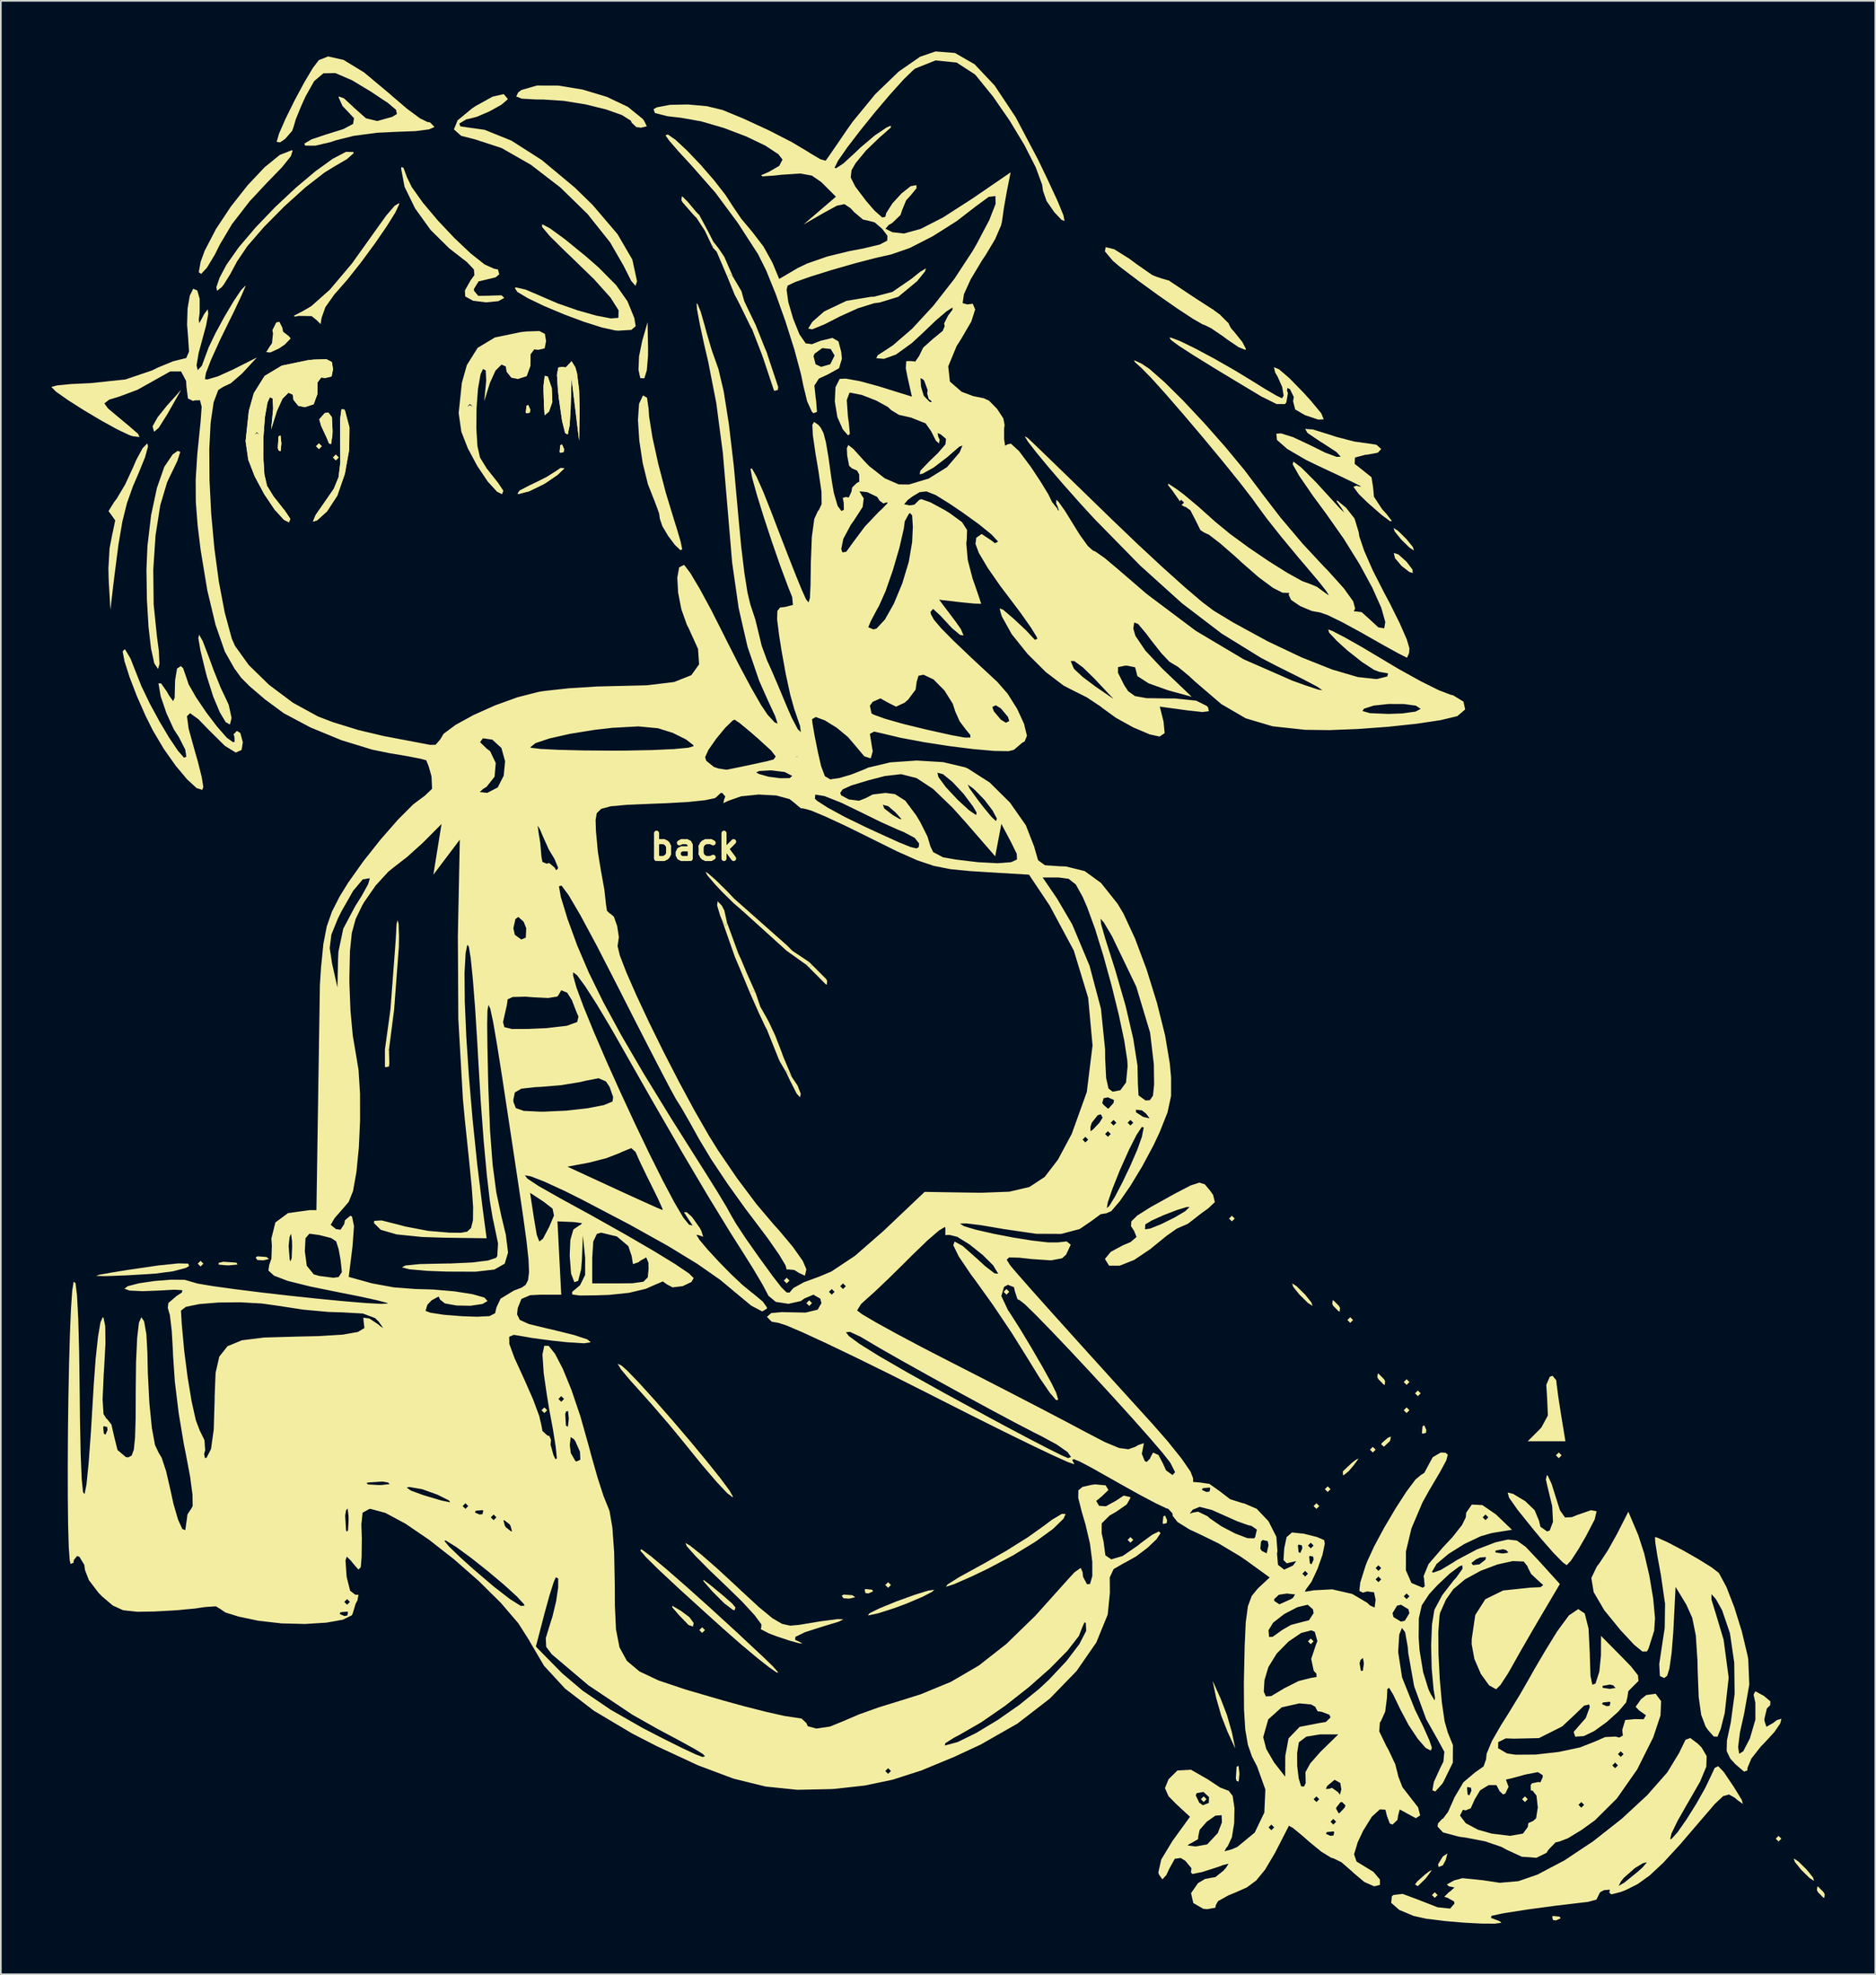
<source format=kicad_pcb>
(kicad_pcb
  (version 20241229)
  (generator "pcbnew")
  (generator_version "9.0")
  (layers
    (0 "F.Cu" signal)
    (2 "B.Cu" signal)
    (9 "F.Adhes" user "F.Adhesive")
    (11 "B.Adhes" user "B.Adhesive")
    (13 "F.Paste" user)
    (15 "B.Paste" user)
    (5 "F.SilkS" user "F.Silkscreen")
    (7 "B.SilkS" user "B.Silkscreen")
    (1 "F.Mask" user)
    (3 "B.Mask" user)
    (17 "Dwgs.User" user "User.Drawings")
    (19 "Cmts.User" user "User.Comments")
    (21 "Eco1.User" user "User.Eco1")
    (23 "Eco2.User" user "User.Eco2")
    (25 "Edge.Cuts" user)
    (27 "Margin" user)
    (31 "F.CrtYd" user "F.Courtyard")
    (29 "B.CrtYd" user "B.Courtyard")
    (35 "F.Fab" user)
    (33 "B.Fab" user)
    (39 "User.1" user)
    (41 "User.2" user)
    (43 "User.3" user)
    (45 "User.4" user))
  (footprint "back"
    (layer "F.Cu")
    (at 37.635 47.167)
    (property "Reference" "back" (at 0.5 0 0) (layer "F.SilkS") (effects (font (size 1.5 1.5) (thickness 0.3))))
    (attr board_only exclude_from_pos_files exclude_from_bom)
    (fp_poly (pts (xy 28.091 -33.69) (xy 27.118 -34.035) (xy 27.618 -33.535)) (stroke (width 0.1) (type solid)) (fill yes) (layer "F.SilkS"))
    (fp_poly (pts (xy 28.618 -33.535) (xy 28.091 -33.69) (xy 28.118 -33.535)) (stroke (width 0.1) (type solid)) (fill yes) (layer "F.SilkS"))
    (fp_poly (pts (xy 30.118 -32.535) (xy 28.618 -33.535) (xy 29.118 -32.535)) (stroke (width 0.1) (type solid)) (fill yes) (layer "F.SilkS"))
    (fp_poly (pts (xy 30.118 -32.535) (xy 31.232 -31.817) (xy 31.118 -31.535)) (stroke (width 0.1) (type solid)) (fill yes) (layer "F.SilkS"))
    (fp_poly (pts (xy 31.232 -31.817) (xy 31.618 -31.535) (xy 31.118 -31.035)) (stroke (width 0.1) (type solid)) (fill yes) (layer "F.SilkS"))
    (fp_poly (pts (xy 31.618 -31.535) (xy 32.118 -31.035) (xy 31.618 -31.035)) (stroke (width 0.1) (type solid)) (fill yes) (layer "F.SilkS"))
    (fp_poly (pts (xy 32.118 -31.035) (xy 32.618 -30.035) (xy 31.618 -30.535)) (stroke (width 0.1) (type solid)) (fill yes) (layer "F.SilkS"))
    (fp_poly (pts (xy -28.958 24.697) (xy -28.791 24.865) (xy -28.624 24.697) (xy -28.791 24.53)) (stroke (width 0) (type solid)) (fill yes) (layer "F.SilkS"))
    (fp_poly (pts (xy -21.94 -23.763) (xy -21.773 -23.596) (xy -21.606 -23.763) (xy -21.773 -23.93)) (stroke (width 0) (type solid)) (fill yes) (layer "F.SilkS"))
    (fp_poly (pts (xy -21.94 -23.763) (xy -21.773 -23.596) (xy -21.606 -23.763) (xy -21.773 -23.93)) (stroke (width 0) (type solid)) (fill yes) (layer "F.SilkS"))
    (fp_poly (pts (xy -20.937 -23.095) (xy -20.77 -22.928) (xy -20.603 -23.095) (xy -20.77 -23.262)) (stroke (width 0) (type solid)) (fill yes) (layer "F.SilkS"))
    (fp_poly (pts (xy -20.937 -23.095) (xy -20.77 -22.928) (xy -20.603 -23.095) (xy -20.77 -23.262)) (stroke (width 0) (type solid)) (fill yes) (layer "F.SilkS"))
    (fp_poly (pts (xy -8.571 33.387) (xy -8.404 33.554) (xy -8.237 33.387) (xy -8.404 33.22)) (stroke (width 0) (type solid)) (fill yes) (layer "F.SilkS"))
    (fp_poly (pts (xy 0.118 -5.035) (xy 0.229 -4.435) (xy 1.118 -4.035) (xy 0.675 -4.435)) (stroke (width 0.1) (type solid)) (fill yes) (layer "F.SilkS"))
    (fp_poly (pts (xy 0.118 -5.035) (xy 0.629 -4.236) (xy -0.382 -3.535) (xy -0.382 -4.035)) (stroke (width 0.1) (type solid)) (fill yes) (layer "F.SilkS"))
    (fp_poly (pts (xy 0.452 -37.466) (xy 0.619 -37.299) (xy 0.786 -37.466) (xy 0.619 -37.633)) (stroke (width 0) (type solid)) (fill yes) (layer "F.SilkS"))
    (fp_poly (pts (xy 0.786 46.421) (xy 0.954 46.588) (xy 1.121 46.421) (xy 0.954 46.254)) (stroke (width 0) (type solid)) (fill yes) (layer "F.SilkS"))
    (fp_poly (pts (xy 2.458 -33.789) (xy 2.625 -33.622) (xy 2.792 -33.789) (xy 2.625 -33.957)) (stroke (width 0) (type solid)) (fill yes) (layer "F.SilkS"))
    (fp_poly (pts (xy 3.794 8.655) (xy 3.961 8.822) (xy 4.129 8.655) (xy 3.961 8.488)) (stroke (width 0) (type solid)) (fill yes) (layer "F.SilkS"))
    (fp_poly (pts (xy 3.906 -30.726) (xy 4.534 -29.104) (xy 4.797 -29.278) (xy 4.129 -30.949)) (stroke (width 0) (type solid)) (fill yes) (layer "F.SilkS"))
    (fp_poly (pts (xy 5.8 25.7) (xy 5.967 25.867) (xy 6.134 25.7) (xy 5.967 25.533)) (stroke (width 0) (type solid)) (fill yes) (layer "F.SilkS"))
    (fp_poly (pts (xy 7.136 6.984) (xy 7.304 7.151) (xy 7.471 6.984) (xy 7.304 6.817)) (stroke (width 0) (type solid)) (fill yes) (layer "F.SilkS"))
    (fp_poly (pts (xy 7.136 27.037) (xy 7.304 27.204) (xy 7.471 27.037) (xy 7.304 26.87)) (stroke (width 0) (type solid)) (fill yes) (layer "F.SilkS"))
    (fp_poly (pts (xy 11.815 43.747) (xy 11.983 43.915) (xy 12.15 43.747) (xy 11.983 43.58)) (stroke (width 0) (type solid)) (fill yes) (layer "F.SilkS"))
    (fp_poly (pts (xy 18.834 26.368) (xy 19.001 26.536) (xy 19.168 26.368) (xy 19.001 26.201)) (stroke (width 0) (type solid)) (fill yes) (layer "F.SilkS"))
    (fp_poly (pts (xy 26.186 41.074) (xy 26.354 41.241) (xy 26.521 41.074) (xy 26.354 40.907)) (stroke (width 0) (type solid)) (fill yes) (layer "F.SilkS"))
    (fp_poly (pts (xy 30.531 56.447) (xy 30.698 56.615) (xy 30.865 56.447) (xy 30.698 56.28)) (stroke (width 0) (type solid)) (fill yes) (layer "F.SilkS"))
    (fp_poly (pts (xy 32.202 22.024) (xy 32.369 22.191) (xy 32.536 22.024) (xy 32.369 21.857)) (stroke (width 0) (type solid)) (fill yes) (layer "F.SilkS"))
    (fp_poly (pts (xy 33.618 -9.535) (xy 35.118 -9.035) (xy 35.118 -8.035) (xy 34.118 -8.535)) (stroke (width 0.1) (type solid)) (fill yes) (layer "F.SilkS"))
    (fp_poly (pts (xy 36.881 47.09) (xy 37.048 47.257) (xy 37.215 47.09) (xy 37.048 46.922)) (stroke (width 0) (type solid)) (fill yes) (layer "F.SilkS"))
    (fp_poly (pts (xy 37.215 39.068) (xy 37.383 39.236) (xy 37.55 39.068) (xy 37.383 38.901)) (stroke (width 0) (type solid)) (fill yes) (layer "F.SilkS"))
    (fp_poly (pts (xy 37.884 38.066) (xy 38.051 38.233) (xy 38.218 38.066) (xy 38.051 37.899)) (stroke (width 0) (type solid)) (fill yes) (layer "F.SilkS"))
    (fp_poly (pts (xy 39.221 28.04) (xy 39.388 28.207) (xy 39.555 28.04) (xy 39.388 27.872)) (stroke (width 0) (type solid)) (fill yes) (layer "F.SilkS"))
    (fp_poly (pts (xy 40.558 35.726) (xy 40.725 35.893) (xy 40.892 35.726) (xy 40.725 35.559)) (stroke (width 0) (type solid)) (fill yes) (layer "F.SilkS"))
    (fp_poly (pts (xy 42.563 31.716) (xy 42.73 31.883) (xy 42.897 31.716) (xy 42.73 31.549)) (stroke (width 0) (type solid)) (fill yes) (layer "F.SilkS"))
    (fp_poly (pts (xy 42.563 33.387) (xy 42.73 33.554) (xy 42.897 33.387) (xy 42.73 33.22)) (stroke (width 0) (type solid)) (fill yes) (layer "F.SilkS"))
    (fp_poly (pts (xy 43.231 32.384) (xy 43.398 32.551) (xy 43.565 32.384) (xy 43.398 32.217)) (stroke (width 0) (type solid)) (fill yes) (layer "F.SilkS"))
    (fp_poly (pts (xy 44.234 62.129) (xy 44.401 62.296) (xy 44.568 62.129) (xy 44.401 61.962)) (stroke (width 0) (type solid)) (fill yes) (layer "F.SilkS"))
    (fp_poly (pts (xy 49.581 56.447) (xy 49.748 56.615) (xy 49.915 56.447) (xy 49.748 56.28)) (stroke (width 0) (type solid)) (fill yes) (layer "F.SilkS"))
    (fp_poly (pts (xy 51.586 36.061) (xy 51.754 36.228) (xy 51.921 36.061) (xy 51.754 35.893)) (stroke (width 0) (type solid)) (fill yes) (layer "F.SilkS"))
    (fp_poly (pts (xy 64.621 58.787) (xy 64.788 58.954) (xy 64.955 58.787) (xy 64.788 58.62)) (stroke (width 0) (type solid)) (fill yes) (layer "F.SilkS"))
    (fp_poly (pts (xy -17.529 9.616) (xy -17.858 12.004) (xy -17.818 12.053) (xy -17.619 12.007) (xy -17.311 9.635)) (stroke (width 0) (type solid)) (fill yes) (layer "F.SilkS"))
    (fp_poly (pts (xy 16.327 -9.559) (xy 17.618 -9.535) (xy 18.118 -8.535) (xy 17.118 -8.035) (xy 17.118 -8.535)) (stroke (width 0.1) (type solid)) (fill yes) (layer "F.SilkS"))
    (fp_poly (pts (xy 25.6 -8.869) (xy 26.059 -8.222) (xy 25.618 -8.244) (xy 25.618 -9.035) (xy 26.118 -8.535)) (stroke (width 0.1) (type solid)) (fill yes) (layer "F.SilkS"))
    (fp_poly (pts (xy -25.526 24.328) (xy -25.426 24.48) (xy -25.087 24.504) (xy -24.73 24.422) (xy -24.885 24.302) (xy -25.407 24.262)) (stroke (width 0) (type solid)) (fill yes) (layer "F.SilkS"))
    (fp_poly (pts (xy -24.166 -24.348) (xy -24.211 -23.664) (xy -24.166 -23.512) (xy -24.044 -23.47) (xy -23.998 -23.93) (xy -24.05 -24.405)) (stroke (width 0) (type solid)) (fill yes) (layer "F.SilkS"))
    (fp_poly (pts (xy -24.166 -24.348) (xy -24.211 -23.664) (xy -24.166 -23.512) (xy -24.044 -23.47) (xy -23.998 -23.93) (xy -24.05 -24.405)) (stroke (width 0) (type solid)) (fill yes) (layer "F.SilkS"))
    (fp_poly (pts (xy -17.858 12.004) (xy -17.858 13.007) (xy -17.818 13.056) (xy -17.619 13.01) (xy -17.595 12.833) (xy -17.619 12.007)) (stroke (width 0) (type solid)) (fill yes) (layer "F.SilkS"))
    (fp_poly (pts (xy -17.489 9.094) (xy -17.529 9.616) (xy -17.463 9.735) (xy -17.311 9.635) (xy -17.287 9.296) (xy -17.369 8.939)) (stroke (width 0) (type solid)) (fill yes) (layer "F.SilkS"))
    (fp_poly (pts (xy -9.463 -26.158) (xy -9.503 -25.762) (xy -9.463 -25.713) (xy -9.264 -25.759) (xy -9.24 -25.935) (xy -9.362 -26.211)) (stroke (width 0) (type solid)) (fill yes) (layer "F.SilkS"))
    (fp_poly (pts (xy -9.463 -26.158) (xy -9.503 -25.762) (xy -9.463 -25.713) (xy -9.264 -25.759) (xy -9.24 -25.935) (xy -9.362 -26.211)) (stroke (width 0) (type solid)) (fill yes) (layer "F.SilkS"))
    (fp_poly (pts (xy -7.457 -23.819) (xy -7.497 -23.422) (xy -7.457 -23.373) (xy -7.259 -23.419) (xy -7.235 -23.596) (xy -7.357 -23.871)) (stroke (width 0) (type solid)) (fill yes) (layer "F.SilkS"))
    (fp_poly (pts (xy -7.457 -23.819) (xy -7.497 -23.422) (xy -7.457 -23.373) (xy -7.259 -23.419) (xy -7.235 -23.596) (xy -7.357 -23.871)) (stroke (width 0) (type solid)) (fill yes) (layer "F.SilkS"))
    (fp_poly (pts (xy 3.126 -32.285) (xy 3.866 -30.775) (xy 3.906 -30.726) (xy 4.104 -30.772) (xy 4.129 -30.949) (xy 3.455 -32.349)) (stroke (width 0) (type solid)) (fill yes) (layer "F.SilkS"))
    (fp_poly (pts (xy 4.534 -29.104) (xy 5.203 -27.098) (xy 5.243 -27.049) (xy 5.441 -27.095) (xy 5.465 -27.272) (xy 4.797 -29.278)) (stroke (width 0) (type solid)) (fill yes) (layer "F.SilkS"))
    (fp_poly (pts (xy 4.574 -29.5) (xy 4.534 -29.104) (xy 4.574 -29.055) (xy 4.773 -29.101) (xy 4.797 -29.278) (xy 4.675 -29.553)) (stroke (width 0) (type solid)) (fill yes) (layer "F.SilkS"))
    (fp_poly (pts (xy 5.577 12.276) (xy 5.537 12.673) (xy 5.936 13.35) (xy 5.937 13.238) (xy 6.283 13.649) (xy 5.677 12.224)) (stroke (width 0) (type solid)) (fill yes) (layer "F.SilkS"))
    (fp_poly (pts (xy 9.232 44.381) (xy 9.332 44.533) (xy 9.671 44.557) (xy 10.028 44.475) (xy 9.873 44.355) (xy 9.35 44.315)) (stroke (width 0) (type solid)) (fill yes) (layer "F.SilkS"))
    (fp_poly (pts (xy 10.59 44.026) (xy 10.636 44.225) (xy 10.813 44.249) (xy 11.088 44.126) (xy 11.036 44.026) (xy 10.639 43.986)) (stroke (width 0) (type solid)) (fill yes) (layer "F.SilkS"))
    (fp_poly (pts (xy 28.303 39.681) (xy 28.263 40.078) (xy 28.303 40.127) (xy 28.502 40.081) (xy 28.526 39.904) (xy 28.404 39.629)) (stroke (width 0) (type solid)) (fill yes) (layer "F.SilkS"))
    (fp_poly (pts (xy 32.649 54.526) (xy 32.605 55.21) (xy 32.649 55.361) (xy 32.771 55.403) (xy 32.818 54.943) (xy 32.765 54.469)) (stroke (width 0) (type solid)) (fill yes) (layer "F.SilkS"))
    (fp_poly (pts (xy 43.677 34.334) (xy 43.637 34.73) (xy 43.677 34.779) (xy 43.876 34.734) (xy 43.9 34.557) (xy 43.777 34.282)) (stroke (width 0) (type solid)) (fill yes) (layer "F.SilkS"))
    (fp_poly (pts (xy 51.364 63.41) (xy 51.41 63.609) (xy 51.586 63.633) (xy 51.862 63.511) (xy 51.809 63.41) (xy 51.413 63.37)) (stroke (width 0) (type solid)) (fill yes) (layer "F.SilkS"))
    (fp_poly (pts (xy 0.619 -37.299) (xy 1.118 -36.535) (xy 1.592 -35.535) (xy 1.618 -35.891) (xy 1.288 -36.535) (xy 0.786 -37.466) (xy 0.618 -37.535)) (stroke (width 0) (type solid)) (fill yes) (layer "F.SilkS"))
    (fp_poly (pts (xy 3.302 3.741) (xy 5.967 6.149) (xy 7.136 6.984) (xy 7.304 6.817) (xy 6.301 6.149) (xy 5.986 5.83) (xy 3.314 3.465)) (stroke (width 0) (type solid)) (fill yes) (layer "F.SilkS"))
    (fp_poly (pts (xy 41.612 35.026) (xy 41.256 35.337) (xy 41.226 35.412) (xy 41.385 35.549) (xy 41.715 35.241) (xy 41.759 35.173) (xy 41.799 34.945)) (stroke (width 0) (type solid)) (fill yes) (layer "F.SilkS"))
    (fp_poly (pts (xy 44.905 59.824) (xy 44.861 59.868) (xy 44.597 60.306) (xy 44.633 60.467) (xy 44.881 60.367) (xy 45.048 60.055) (xy 45.15 59.664)) (stroke (width 0) (type solid)) (fill yes) (layer "F.SilkS"))
    (fp_poly (pts (xy -27.711 24.645) (xy -27.722 24.755) (xy -27.199 24.8) (xy -27.12 24.799) (xy -26.602 24.751) (xy -26.651 24.649) (xy -26.709 24.633) (xy -27.437 24.584)) (stroke (width 0) (type solid)) (fill yes) (layer "F.SilkS"))
    (fp_poly (pts (xy -17.167 4.566) (xy -17.221 5.554) (xy -17.489 9.094) (xy -17.287 9.296) (xy -17.033 5.934) (xy -17.022 5.313) (xy -17.047 4.555) (xy -17.107 4.333)) (stroke (width 0) (type solid)) (fill yes) (layer "F.SilkS"))
    (fp_poly (pts (xy -0.823 45.067) (xy -0.415 45.538) (xy 0.149 46.12) (xy 0.406 46.213) (xy 0.452 46) (xy 0.199 45.655) (xy -0.3 45.284) (xy -0.81 44.984)) (stroke (width 0) (type solid)) (fill yes) (layer "F.SilkS"))
    (fp_poly (pts (xy -0.277 -38.35) (xy -0.215 -38.232) (xy 0.452 -37.466) (xy 0.618 -37.535) (xy 0.619 -37.633) (xy 0.119 -38.232) (xy -0.196 -38.551) (xy -0.254 -38.566)) (stroke (width 0) (type solid)) (fill yes) (layer "F.SilkS"))
    (fp_poly (pts (xy 1.592 -35.535) (xy 1.816 -35.293) (xy 2.458 -33.789) (xy 2.625 -33.957) (xy 2.792 -33.789) (xy 2.266 -34.996) (xy 1.938 -35.48) (xy 1.618 -35.891)) (stroke (width 0) (type solid)) (fill yes) (layer "F.SilkS"))
    (fp_poly (pts (xy 1.841 3.456) (xy 2.028 4.078) (xy 2.123 4.311) (xy 2.351 4.687) (xy 2.429 4.478) (xy 2.271 3.764) (xy 2.123 3.475) (xy 1.873 3.213)) (stroke (width 0) (type solid)) (fill yes) (layer "F.SilkS"))
    (fp_poly (pts (xy 2.88 -32.749) (xy 3.126 -32.285) (xy 3.386 -31.972) (xy 3.454 -32.273) (xy 3.455 -32.349) (xy 3.285 -32.954) (xy 2.792 -33.789) (xy 2.458 -33.789)) (stroke (width 0) (type solid)) (fill yes) (layer "F.SilkS"))
    (fp_poly (pts (xy 5.936 13.35) (xy 6.161 13.836) (xy 6.56 14.616) (xy 6.757 14.833) (xy 6.802 14.624) (xy 6.611 14.133) (xy 6.283 13.649) (xy 5.937 13.238)) (stroke (width 0) (type solid)) (fill yes) (layer "F.SilkS"))
    (fp_poly (pts (xy 7.304 7.151) (xy 7.972 7.82) (xy 8.287 8.139) (xy 8.346 8.154) (xy 8.368 7.938) (xy 8.306 7.82) (xy 7.471 6.984) (xy 7.304 7.151)) (stroke (width 0) (type solid)) (fill yes) (layer "F.SilkS"))
    (fp_poly (pts (xy 18.29 -21.491) (xy 16.618 -21.035) (xy 20.618 -17.535) (xy 21.979 -20.031) (xy 19.669 -22.928) (xy 18.667 -23.262) (xy 17.118 -23.535) (xy 16.118 -21.035)) (stroke (width 0.1) (type solid)) (fill yes) (layer "F.SilkS"))
    (fp_poly (pts (xy 31.435 50.432) (xy 31.739 51.498) (xy 32.106 52.437) (xy 32.57 53.44) (xy 32.368 52.474) (xy 32.075 51.45) (xy 31.697 50.469) (xy 31.227 49.429)) (stroke (width 0) (type solid)) (fill yes) (layer "F.SilkS"))
    (fp_poly (pts (xy 36.01 26.076) (xy 36.38 26.536) (xy 36.882 27.03) (xy 37.152 27.204) (xy 37.084 26.995) (xy 36.714 26.536) (xy 36.212 26.041) (xy 35.942 25.867)) (stroke (width 0) (type solid)) (fill yes) (layer "F.SilkS"))
    (fp_poly (pts (xy 38.323 27.086) (xy 38.385 27.204) (xy 38.7 27.523) (xy 38.759 27.538) (xy 38.782 27.322) (xy 38.719 27.204) (xy 38.404 26.885) (xy 38.346 26.87)) (stroke (width 0) (type solid)) (fill yes) (layer "F.SilkS"))
    (fp_poly (pts (xy 39.713 36.333) (xy 39.471 36.519) (xy 38.952 37.007) (xy 38.954 37.225) (xy 39.013 37.23) (xy 39.292 37.002) (xy 39.598 36.645) (xy 39.887 36.25)) (stroke (width 0) (type solid)) (fill yes) (layer "F.SilkS"))
    (fp_poly (pts (xy 40.997 31.43) (xy 41.059 31.549) (xy 41.374 31.868) (xy 41.433 31.883) (xy 41.455 31.667) (xy 41.393 31.549) (xy 41.078 31.23) (xy 41.019 31.215)) (stroke (width 0) (type solid)) (fill yes) (layer "F.SilkS"))
    (fp_poly (pts (xy 42.026 -18.708) (xy 42.396 -18.249) (xy 42.898 -17.754) (xy 43.168 -17.58) (xy 43.1 -17.789) (xy 42.73 -18.249) (xy 42.228 -18.743) (xy 41.958 -18.917)) (stroke (width 0) (type solid)) (fill yes) (layer "F.SilkS"))
    (fp_poly (pts (xy 42.046 -17.122) (xy 42.432 -16.666) (xy 42.892 -16.309) (xy 43.092 -16.243) (xy 43.08 -16.45) (xy 42.728 -16.914) (xy 42.236 -17.354) (xy 41.968 -17.431)) (stroke (width 0) (type solid)) (fill yes) (layer "F.SilkS"))
    (fp_poly (pts (xy 44.058 60.73) (xy 43.816 60.917) (xy 43.353 61.329) (xy 43.231 61.502) (xy 43.394 61.602) (xy 43.838 61.172) (xy 43.942 61.043) (xy 44.231 60.647)) (stroke (width 0) (type solid)) (fill yes) (layer "F.SilkS"))
    (fp_poly (pts (xy 65.755 60.165) (xy 66.125 60.625) (xy 66.627 61.119) (xy 66.897 61.293) (xy 66.829 61.085) (xy 66.459 60.625) (xy 65.957 60.131) (xy 65.687 59.957)) (stroke (width 0) (type solid)) (fill yes) (layer "F.SilkS"))
    (fp_poly (pts (xy 67.065 61.844) (xy 67.127 61.962) (xy 67.442 62.281) (xy 67.501 62.296) (xy 67.524 62.08) (xy 67.461 61.962) (xy 67.147 61.643) (xy 67.088 61.628)) (stroke (width 0) (type solid)) (fill yes) (layer "F.SilkS"))
    (fp_poly (pts (xy -30.788 -26.167) (xy -31.338 -25.479) (xy -31.622 -24.974) (xy -31.632 -24.914) (xy -31.547 -24.62) (xy -31.268 -24.86) (xy -30.758 -25.669) (xy -30.654 -25.852) (xy -29.943 -27.105)) (stroke (width 0) (type solid)) (fill yes) (layer "F.SilkS"))
    (fp_poly (pts (xy -21.432 -25.724) (xy -21.751 -25.359) (xy -21.645 -24.983) (xy -21.292 -24.219) (xy -21.176 -23.93) (xy -21.054 -23.89) (xy -20.975 -24.397) (xy -20.964 -24.672) (xy -21.005 -25.485) (xy -21.213 -25.762)) (stroke (width 0) (type solid)) (fill yes) (layer "F.SilkS"))
    (fp_poly (pts (xy -21.432 -25.724) (xy -21.751 -25.359) (xy -21.645 -24.983) (xy -21.292 -24.219) (xy -21.176 -23.93) (xy -21.054 -23.89) (xy -20.975 -24.397) (xy -20.964 -24.672) (xy -21.005 -25.485) (xy -21.213 -25.762)) (stroke (width 0) (type solid)) (fill yes) (layer "F.SilkS"))
    (fp_poly (pts (xy -2.604 -29.994) (xy -2.788 -29.086) (xy -2.821 -28.297) (xy -2.716 -27.805) (xy -2.483 -27.787) (xy -2.472 -27.798) (xy -2.328 -28.26) (xy -2.254 -29.133) (xy -2.252 -29.584) (xy -2.282 -31.116)) (stroke (width 0) (type solid)) (fill yes) (layer "F.SilkS"))
    (fp_poly (pts (xy -8.454 -27.348) (xy -8.452 -26.974) (xy -8.422 -26.123) (xy -8.391 -25.642) (xy -8.382 -25.601) (xy -8.164 -25.786) (xy -8.126 -25.824) (xy -7.929 -26.391) (xy -7.964 -27.212) (xy -8.2 -27.893) (xy -8.382 -27.936)) (stroke (width 0) (type solid)) (fill yes) (layer "F.SilkS"))
    (fp_poly (pts (xy -8.454 -27.348) (xy -8.452 -26.974) (xy -8.422 -26.123) (xy -8.391 -25.642) (xy -8.382 -25.601) (xy -8.164 -25.786) (xy -8.126 -25.824) (xy -7.929 -26.391) (xy -7.964 -27.212) (xy -8.2 -27.893) (xy -8.382 -27.936)) (stroke (width 0) (type solid)) (fill yes) (layer "F.SilkS"))
    (fp_poly (pts (xy 1.041 43.53) (xy 1.508 44.068) (xy 1.601 44.17) (xy 2.264 44.832) (xy 2.767 45.214) (xy 2.878 45.251) (xy 2.928 45.075) (xy 2.722 44.834) (xy 2.135 44.322) (xy 1.444 43.753) (xy 1.024 43.436)) (stroke (width 0) (type solid)) (fill yes) (layer "F.SilkS"))
    (fp_poly (pts (xy 2.123 4.311) (xy 2.892 6.503) (xy 3.201 7.23) (xy 3.794 8.655) (xy 3.961 8.488) (xy 4.129 8.655) (xy 3.614 7.501) (xy 3.27 6.676) (xy 3.102 6.316) (xy 2.429 4.478) (xy 2.351 4.687)) (stroke (width 0) (type solid)) (fill yes) (layer "F.SilkS"))
    (fp_poly (pts (xy 1.267 1.682) (xy 1.733 2.225) (xy 2.123 2.64) (xy 2.813 3.319) (xy 3.302 3.741) (xy 3.424 3.809) (xy 3.314 3.465) (xy 2.848 3.054) (xy 2.458 2.64) (xy 1.768 1.96) (xy 1.279 1.538) (xy 1.157 1.47)) (stroke (width 0) (type solid)) (fill yes) (layer "F.SilkS"))
    (fp_poly (pts (xy 3.794 8.655) (xy 4.306 9.81) (xy 4.677 10.602) (xy 4.797 10.828) (xy 5.537 12.673) (xy 5.677 12.224) (xy 5.8 12.499) (xy 5.288 11.176) (xy 4.917 10.385) (xy 4.797 10.159) (xy 4.403 9.465) (xy 4.129 8.655)) (stroke (width 0) (type solid)) (fill yes) (layer "F.SilkS"))
    (fp_poly (pts (xy -24.302 -31.102) (xy -24.531 -30.643) (xy -24.495 -30.454) (xy -24.555 -29.868) (xy -24.706 -29.652) (xy -24.898 -29.343) (xy -24.656 -29.32) (xy -24.136 -29.56) (xy -23.798 -29.79) (xy -23.449 -30.151) (xy -23.547 -30.28) (xy -23.896 -30.551) (xy -23.945 -30.801) (xy -24.117 -31.14)) (stroke (width 0) (type solid)) (fill yes) (layer "F.SilkS"))
    (fp_poly (pts (xy -7.675 -22.309) (xy -8.27 -21.934) (xy -9.142 -21.499) (xy -9.263 -21.446) (xy -9.868 -21.133) (xy -9.993 -20.953) (xy -9.908 -20.937) (xy -9.307 -21.094) (xy -8.473 -21.497) (xy -8.321 -21.587) (xy -7.621 -22.064) (xy -7.252 -22.414) (xy -7.235 -22.462) (xy -7.438 -22.473)) (stroke (width 0) (type solid)) (fill yes) (layer "F.SilkS"))
    (fp_poly (pts (xy -7.675 -22.309) (xy -8.27 -21.934) (xy -9.142 -21.499) (xy -9.263 -21.446) (xy -9.868 -21.133) (xy -9.993 -20.953) (xy -9.908 -20.937) (xy -9.307 -21.094) (xy -8.473 -21.497) (xy -8.321 -21.587) (xy -7.621 -22.064) (xy -7.252 -22.414) (xy -7.235 -22.462) (xy -7.438 -22.473)) (stroke (width 0) (type solid)) (fill yes) (layer "F.SilkS"))
    (fp_poly (pts (xy 14.367 44.079) (xy 13.568 44.325) (xy 12.491 44.715) (xy 12.452 44.73) (xy 11.472 45.13) (xy 10.879 45.422) (xy 10.787 45.546) (xy 10.813 45.548) (xy 11.388 45.428) (xy 12.335 45.124) (xy 13.077 44.848) (xy 14.007 44.454) (xy 14.596 44.151) (xy 14.716 44.03)) (stroke (width 0) (type solid)) (fill yes) (layer "F.SilkS"))
    (fp_poly (pts (xy 51.222 31.4) (xy 51.015 31.882) (xy 51.068 32.744) (xy 51.108 33.7) (xy 50.722 34.411) (xy 50.597 34.544) (xy 49.915 35.225) (xy 51.032 35.225) (xy 52.149 35.225) (xy 51.888 33.638) (xy 51.728 32.606) (xy 51.625 31.819) (xy 51.606 31.613) (xy 51.386 31.346)) (stroke (width 0) (type solid)) (fill yes) (layer "F.SilkS"))
    (fp_poly (pts (xy -31.304 24.805) (xy -33.095 25.067) (xy -33.971 25.208) (xy -34.794 25.352) (xy -34.984 25.422) (xy -34.571 25.437) (xy -34.306 25.433) (xy -33.238 25.394) (xy -31.941 25.319) (xy -31.465 25.286) (xy -30.434 25.152) (xy -29.678 24.955) (xy -29.473 24.841) (xy -29.523 24.695) (xy -30.123 24.682)) (stroke (width 0) (type solid)) (fill yes) (layer "F.SilkS"))
    (fp_poly (pts (xy -28.923 -12.385) (xy -28.795 -11.64) (xy -28.491 -10.39) (xy -28.409 -10.082) (xy -28.038 -8.912) (xy -27.649 -7.987) (xy -27.3 -7.405) (xy -27.049 -7.264) (xy -26.953 -7.654) (xy -27.121 -8.432) (xy -27.297 -8.812) (xy -27.596 -9.441) (xy -28 -10.445) (xy -28.288 -11.23) (xy -28.665 -12.216) (xy -28.878 -12.589)) (stroke (width 0) (type solid)) (fill yes) (layer "F.SilkS"))
    (fp_poly (pts (xy -20.516 -25.354) (xy -20.511 -24.097) (xy -20.502 -22.801) (xy -20.607 -21.93) (xy -20.888 -21.243) (xy -21.397 -20.505) (xy -21.967 -19.686) (xy -22.127 -19.294) (xy -21.883 -19.368) (xy -21.293 -19.898) (xy -20.683 -20.832) (xy -20.232 -22.129) (xy -19.979 -23.556) (xy -19.964 -24.881) (xy -20.225 -25.872) (xy -20.263 -25.935) (xy -20.434 -25.962)) (stroke (width 0) (type solid)) (fill yes) (layer "F.SilkS"))
    (fp_poly (pts (xy -20.516 -25.354) (xy -20.511 -24.097) (xy -20.502 -22.801) (xy -20.607 -21.93) (xy -20.888 -21.243) (xy -21.397 -20.505) (xy -21.967 -19.686) (xy -22.127 -19.294) (xy -21.883 -19.368) (xy -21.293 -19.898) (xy -20.683 -20.832) (xy -20.232 -22.129) (xy -19.979 -23.556) (xy -19.964 -24.881) (xy -20.225 -25.872) (xy -20.263 -25.935) (xy -20.434 -25.962)) (stroke (width 0) (type solid)) (fill yes) (layer "F.SilkS"))
    (fp_poly (pts (xy 21.698 39.88) (xy 21.224 40.237) (xy 20.292 40.902) (xy 19.015 41.704) (xy 17.649 42.485) (xy 17.464 42.584) (xy 16.188 43.286) (xy 15.509 43.712) (xy 15.412 43.853) (xy 15.882 43.704) (xy 16.905 43.255) (xy 17.883 42.789) (xy 19.398 41.988) (xy 20.731 41.172) (xy 21.765 40.42) (xy 22.384 39.816) (xy 22.51 39.537) (xy 22.282 39.532)) (stroke (width 0) (type solid)) (fill yes) (layer "F.SilkS"))
    (fp_poly (pts (xy -24.089 -41.035) (xy -24.994 -40.301) (xy -25.998 -39.236) (xy -26.995 -37.971) (xy -27.879 -36.636) (xy -28.543 -35.362) (xy -28.783 -34.708) (xy -28.898 -34.08) (xy -28.754 -33.977) (xy -28.416 -34.342) (xy -27.948 -35.117) (xy -27.645 -35.725) (xy -26.928 -36.929) (xy -25.881 -38.283) (xy -24.85 -39.387) (xy -23.958 -40.306) (xy -23.431 -40.966) (xy -23.329 -41.29) (xy -23.39 -41.309)) (stroke (width 0) (type solid)) (fill yes) (layer "F.SilkS"))
    (fp_poly (pts (xy 13.871 -34.095) (xy 13.391 -33.706) (xy 12.236 -32.911) (xy 11.139 -32.625) (xy 10.952 -32.62) (xy 9.513 -32.382) (xy 8.194 -31.756) (xy 7.489 -31.138) (xy 7.245 -30.741) (xy 7.479 -30.691) (xy 8.22 -30.995) (xy 9.142 -31.466) (xy 10.193 -31.942) (xy 11.144 -32.238) (xy 11.481 -32.283) (xy 12.586 -32.622) (xy 13.7 -33.545) (xy 14.169 -34.124) (xy 14.228 -34.311)) (stroke (width 0) (type solid)) (fill yes) (layer "F.SilkS"))
    (fp_poly (pts (xy -6.877 -28.703) (xy -7.136 -28.433) (xy -7.342 -28.465) (xy -7.575 -28.43) (xy -7.656 -28.009) (xy -7.598 -27.087) (xy -7.543 -26.595) (xy -7.351 -25.259) (xy -7.171 -24.542) (xy -7.017 -24.456) (xy -6.902 -25.012) (xy -6.846 -25.963) (xy -6.791 -27.774) (xy -6.566 -25.935) (xy -6.341 -24.097) (xy -6.31 -25.935) (xy -6.343 -27.098) (xy -6.463 -28.068) (xy -6.566 -28.442) (xy -6.793 -28.807)) (stroke (width 0) (type solid)) (fill yes) (layer "F.SilkS"))
    (fp_poly (pts (xy -6.877 -28.703) (xy -7.136 -28.433) (xy -7.342 -28.465) (xy -7.575 -28.43) (xy -7.656 -28.009) (xy -7.598 -27.087) (xy -7.543 -26.595) (xy -7.351 -25.259) (xy -7.171 -24.542) (xy -7.017 -24.456) (xy -6.902 -25.012) (xy -6.846 -25.963) (xy -6.791 -27.774) (xy -6.566 -25.935) (xy -6.341 -24.097) (xy -6.31 -25.935) (xy -6.343 -27.098) (xy -6.463 -28.068) (xy -6.566 -28.442) (xy -6.793 -28.807)) (stroke (width 0) (type solid)) (fill yes) (layer "F.SilkS"))
    (fp_poly (pts (xy -2.708 41.712) (xy -2.369 42.106) (xy -1.624 42.84) (xy -0.445 43.94) (xy 1.199 45.435) (xy 2.198 46.334) (xy 3.276 47.281) (xy 4.206 48.059) (xy 4.923 48.624) (xy 5.365 48.931) (xy 5.469 48.936) (xy 5.172 48.593) (xy 4.605 48.041) (xy 2.996 46.539) (xy 1.442 45.117) (xy 0.024 43.846) (xy -1.177 42.798) (xy -2.079 42.046) (xy -2.601 41.662) (xy -2.669 41.629)) (stroke (width 0) (type solid)) (fill yes) (layer "F.SilkS"))
    (fp_poly (pts (xy -3.863 30.958) (xy -3.299 31.63) (xy -3.055 31.899) (xy -2.009 33.068) (xy -0.954 34.294) (xy -0.214 35.194) (xy 0.893 36.561) (xy 1.798 37.62) (xy 2.44 38.303) (xy 2.758 38.543) (xy 2.782 38.514) (xy 2.579 38.151) (xy 2.022 37.402) (xy 1.205 36.38) (xy 0.221 35.194) (xy -0.836 33.956) (xy -1.87 32.775) (xy -2.788 31.763) (xy -3.497 31.03) (xy -3.835 30.73) (xy -4.057 30.636)) (stroke (width 0) (type solid)) (fill yes) (layer "F.SilkS"))
    (fp_poly (pts (xy 55.198 40.74) (xy 54.659 41.704) (xy 54.143 42.486) (xy 54.014 42.648) (xy 53.686 43.329) (xy 53.824 44.169) (xy 54.456 45.247) (xy 55.413 46.419) (xy 56.222 47.29) (xy 56.716 47.692) (xy 56.986 47.684) (xy 57.08 47.505) (xy 57.327 46.729) (xy 57.414 46.449) (xy 57.462 45.715) (xy 57.355 44.561) (xy 57.129 43.21) (xy 56.822 41.883) (xy 56.471 40.799) (xy 56.443 40.732) (xy 55.88 39.403)) (stroke (width 0) (type solid)) (fill yes) (layer "F.SilkS"))
    (fp_poly (pts (xy -9.769 -44.879) (xy -9.957 -44.735) (xy -10.071 -44.498) (xy -9.746 -44.368) (xy -8.884 -44.32) (xy -8.45 -44.317) (xy -7.248 -44.237) (xy -5.959 -44.027) (xy -4.754 -43.732) (xy -3.803 -43.396) (xy -3.277 -43.065) (xy -3.224 -42.942) (xy -2.95 -42.685) (xy -2.682 -42.646) (xy -2.326 -42.727) (xy -2.497 -43.075) (xy -2.576 -43.172) (xy -3.449 -43.881) (xy -4.692 -44.472) (xy -6.126 -44.905) (xy -7.57 -45.143) (xy -8.845 -45.147)) (stroke (width 0) (type solid)) (fill yes) (layer "F.SilkS"))
    (fp_poly (pts (xy -32.227 -23.648) (xy -32.611 -22.935) (xy -32.793 -22.51) (xy -33.268 -21.485) (xy -33.772 -20.641) (xy -33.916 -20.456) (xy -34.249 -19.917) (xy -34.079 -19.684) (xy -33.852 -19.366) (xy -34.007 -18.624) (xy -34.015 -18.603) (xy -34.187 -17.716) (xy -34.256 -16.517) (xy -34.241 -15.865) (xy -34.139 -14.071) (xy -33.9 -16.076) (xy -33.662 -17.922) (xy -33.429 -19.295) (xy -33.156 -20.389) (xy -32.797 -21.399) (xy -32.462 -22.176) (xy -32.082 -23.112) (xy -31.907 -23.749) (xy -31.948 -23.93)) (stroke (width 0) (type solid)) (fill yes) (layer "F.SilkS"))
    (fp_poly (pts (xy -30.447 -23.275) (xy -30.942 -22.54) (xy -31.379 -21.289) (xy -31.724 -19.674) (xy -31.941 -17.847) (xy -31.999 -16.463) (xy -31.973 -14.67) (xy -31.878 -13.064) (xy -31.727 -11.764) (xy -31.535 -10.89) (xy -31.316 -10.562) (xy -31.31 -10.562) (xy -31.228 -10.86) (xy -31.265 -11.633) (xy -31.378 -12.483) (xy -31.573 -14.384) (xy -31.596 -16.443) (xy -31.462 -18.465) (xy -31.183 -20.255) (xy -30.777 -21.62) (xy -30.68 -21.828) (xy -30.167 -22.89) (xy -29.992 -23.428) (xy -30.148 -23.488)) (stroke (width 0) (type solid)) (fill yes) (layer "F.SilkS"))
    (fp_poly (pts (xy -20.955 -40.803) (xy -21.982 -40.062) (xy -23.152 -39.078) (xy -24.367 -37.94) (xy -25.526 -36.733) (xy -26.533 -35.547) (xy -27.254 -34.524) (xy -27.661 -33.757) (xy -27.853 -33.199) (xy -27.814 -32.973) (xy -27.529 -33.202) (xy -27.405 -33.364) (xy -27.033 -33.962) (xy -26.624 -34.724) (xy -26.012 -35.63) (xy -25.024 -36.769) (xy -23.824 -37.981) (xy -22.576 -39.108) (xy -21.443 -39.988) (xy -20.856 -40.348) (xy -20.105 -40.787) (xy -19.727 -41.122) (xy -19.722 -41.208) (xy -20.169 -41.214)) (stroke (width 0) (type solid)) (fill yes) (layer "F.SilkS"))
    (fp_poly (pts (xy -17.283 -38.016) (xy -17.785 -37.432) (xy -18.284 -36.737) (xy -19.817 -34.592) (xy -21.125 -33.043) (xy -22.229 -32.064) (xy -22.724 -31.775) (xy -23.262 -31.497) (xy -23.189 -31.444) (xy -22.984 -31.489) (xy -22.206 -31.477) (xy -21.903 -31.235) (xy -21.674 -31.003) (xy -21.611 -31.381) (xy -21.388 -32.01) (xy -20.849 -32.772) (xy -20.745 -32.885) (xy -20.049 -33.683) (xy -19.254 -34.691) (xy -18.457 -35.775) (xy -17.753 -36.797) (xy -17.24 -37.619) (xy -17.014 -38.106) (xy -17.021 -38.173)) (stroke (width 0) (type solid)) (fill yes) (layer "F.SilkS"))
    (fp_poly (pts (xy -2.556 -26.771) (xy -2.786 -26.282) (xy -2.852 -25.332) (xy -2.774 -24.1) (xy -2.571 -22.767) (xy -2.263 -21.513) (xy -1.871 -20.519) (xy -1.865 -20.509) (xy -1.598 -19.783) (xy -1.553 -19.46) (xy -1.407 -19.026) (xy -1.061 -18.444) (xy -0.656 -17.905) (xy -0.333 -17.599) (xy -0.227 -17.652) (xy -0.317 -18.09) (xy -0.558 -18.914) (xy -0.689 -19.323) (xy -1.201 -21.006) (xy -1.652 -22.731) (xy -1.997 -24.306) (xy -2.193 -25.54) (xy -2.221 -25.982) (xy -2.314 -26.635) (xy -2.55 -26.774)) (stroke (width 0) (type solid)) (fill yes) (layer "F.SilkS"))
    (fp_poly (pts (xy 50.99 37.494) (xy 51.074 37.864) (xy 51.364 39.07) (xy 51.412 40.002) (xy 51.219 40.516) (xy 51.061 40.572) (xy 50.667 40.296) (xy 50.584 39.942) (xy 50.324 39.314) (xy 49.76 38.773) (xy 49.045 38.344) (xy 48.723 38.266) (xy 48.809 38.572) (xy 49.314 39.293) (xy 50.254 40.462) (xy 50.72 41.021) (xy 51.439 41.842) (xy 51.99 42.404) (xy 52.224 42.573) (xy 52.478 42.302) (xy 52.934 41.604) (xy 53.366 40.856) (xy 53.882 39.866) (xy 53.997 39.376) (xy 53.659 39.314) (xy 52.815 39.609) (xy 52.526 39.727) (xy 52.125 39.745) (xy 51.824 39.318) (xy 51.594 38.595) (xy 51.331 37.757) (xy 51.107 37.276) (xy 51.05 37.23)) (stroke (width 0) (type solid)) (fill yes) (layer "F.SilkS"))
    (fp_poly (pts (xy -11.474 -44.487) (xy -12.492 -43.923) (xy -12.691 -43.79) (xy -13.549 -43.082) (xy -13.766 -42.546) (xy -13.338 -42.164) (xy -12.52 -41.956) (xy -10.941 -41.441) (xy -9.205 -40.45) (xy -7.458 -39.106) (xy -5.842 -37.53) (xy -4.5 -35.844) (xy -3.702 -34.458) (xy -3.254 -33.567) (xy -3 -33.27) (xy -2.91 -33.532) (xy -2.909 -33.552) (xy -3.186 -34.829) (xy -4.066 -36.338) (xy -5.532 -38.057) (xy -6.594 -39.094) (xy -8.547 -40.723) (xy -10.356 -41.879) (xy -11.95 -42.522) (xy -12.847 -42.646) (xy -13.387 -42.726) (xy -13.445 -42.897) (xy -13.02 -43.146) (xy -12.972 -43.151) (xy -12.404 -43.293) (xy -11.647 -43.62) (xy -10.957 -44.004) (xy -10.589 -44.315) (xy -10.577 -44.358) (xy -10.812 -44.638)) (stroke (width 0) (type solid)) (fill yes) (layer "F.SilkS"))
    (fp_poly (pts (xy 0.05 41.458) (xy 0.553 42.022) (xy 1.38 42.857) (xy 2.296 43.731) (xy 3.32 44.728) (xy 4.069 45.541) (xy 4.466 46.079) (xy 4.463 46.252) (xy 4.428 46.365) (xy 4.913 46.616) (xy 5.298 46.765) (xy 6.127 47.043) (xy 6.703 47.202) (xy 6.908 47.218) (xy 6.622 47.066) (xy 6.468 47.002) (xy 6.486 46.82) (xy 7.07 46.539) (xy 8.134 46.2) (xy 8.139 46.199) (xy 9.056 45.922) (xy 9.331 45.779) (xy 8.975 45.77) (xy 8.001 45.897) (xy 6.706 46.111) (xy 6.181 46.159) (xy 5.693 46.052) (xy 5.118 45.715) (xy 4.336 45.072) (xy 3.226 44.049) (xy 2.946 43.784) (xy 1.839 42.763) (xy 0.894 41.938) (xy 0.223 41.405) (xy -0.043 41.254)) (stroke (width 0) (type solid)) (fill yes) (layer "F.SilkS"))
    (fp_poly (pts (xy -8.543 -36.771) (xy -8.086 -36.224) (xy -7.128 -35.28) (xy -6.974 -35.135) (xy -5.464 -33.672) (xy -4.479 -32.574) (xy -4.001 -31.82) (xy -4.012 -31.386) (xy -4.023 -31.375) (xy -4.455 -31.339) (xy -5.32 -31.505) (xy -6.434 -31.819) (xy -7.609 -32.229) (xy -8.662 -32.683) (xy -8.687 -32.696) (xy -9.513 -33.047) (xy -10.065 -33.175) (xy -10.159 -33.149) (xy -10.008 -32.913) (xy -9.373 -32.533) (xy -8.403 -32.069) (xy -7.248 -31.584) (xy -6.061 -31.141) (xy -4.99 -30.801) (xy -4.186 -30.625) (xy -4.019 -30.614) (xy -3.248 -30.66) (xy -2.987 -30.88) (xy -3.069 -31.366) (xy -3.477 -32.362) (xy -4.145 -33.31) (xy -5.194 -34.368) (xy -5.96 -35.037) (xy -7.208 -36.053) (xy -8.074 -36.682) (xy -8.529 -36.923)) (stroke (width 0) (type solid)) (fill yes) (layer "F.SilkS"))
    (fp_poly (pts (xy -16.897 -40.219) (xy -16.693 -39.141) (xy -16.071 -37.865) (xy -15.151 -36.587) (xy -14.055 -35.503) (xy -13.874 -35.362) (xy -12.995 -34.68) (xy -12.582 -34.242) (xy -12.55 -33.91) (xy -12.789 -33.578) (xy -13.117 -32.993) (xy -13.096 -32.641) (xy -12.632 -32.388) (xy -11.865 -32.292) (xy -11.129 -32.364) (xy -10.781 -32.559) (xy -10.94 -32.708) (xy -11.556 -32.694) (xy -11.597 -32.688) (xy -12.323 -32.677) (xy -12.575 -32.977) (xy -12.582 -33.083) (xy -12.304 -33.533) (xy -11.933 -33.622) (xy -11.293 -33.776) (xy -11.078 -33.957) (xy -11.155 -34.242) (xy -11.399 -34.291) (xy -11.942 -34.536) (xy -12.761 -35.182) (xy -13.73 -36.097) (xy -14.721 -37.147) (xy -15.608 -38.2) (xy -16.266 -39.124) (xy -16.547 -39.7) (xy -16.758 -40.271) (xy -16.885 -40.312)) (stroke (width 0) (type solid)) (fill yes) (layer "F.SilkS"))
    (fp_poly (pts (xy 24.839 -35.314) (xy 25.317 -34.747) (xy 25.719 -34.408) (xy 26.838 -33.558) (xy 28.025 -32.697) (xy 29.143 -31.92) (xy 30.059 -31.318) (xy 30.636 -30.986) (xy 30.747 -30.949) (xy 31.128 -30.763) (xy 31.815 -30.299) (xy 32.087 -30.096) (xy 32.766 -29.636) (xy 33.162 -29.477) (xy 33.205 -29.52) (xy 32.995 -29.934) (xy 32.48 -30.577) (xy 31.834 -31.266) (xy 31.232 -31.817) (xy 30.846 -32.044) (xy 30.824 -32.042) (xy 30.536 -32.249) (xy 30.118 -32.535) (xy 29.618 -32.535) (xy 30.118 -32.535) (xy 29.74 -32.535) (xy 29.735 -32.709) (xy 29.342 -32.954) (xy 28.618 -33.535) (xy 28.433 -33.535) (xy 28.403 -33.535) (xy 28.618 -33.535) (xy 28.118 -33.535) (xy 28.091 -33.69) (xy 27.653 -33.907) (xy 26.737 -34.545) (xy 26.281 -34.883) (xy 25.391 -35.441) (xy 24.887 -35.565)) (stroke (width 0) (type solid)) (fill yes) (layer "F.SilkS"))
    (fp_poly (pts (xy 28.668 -30.199) (xy 28.762 -30.058) (xy 29.2 -29.733) (xy 30.035 -29.191) (xy 31.318 -28.397) (xy 33.104 -27.319) (xy 34.13 -26.705) (xy 35.02 -26.264) (xy 35.509 -26.262) (xy 35.597 -26.355) (xy 35.693 -26.915) (xy 35.638 -27.057) (xy 35.662 -27.216) (xy 35.812 -27.146) (xy 36.041 -26.683) (xy 35.997 -26.431) (xy 36.125 -25.942) (xy 36.702 -25.606) (xy 37.491 -25.341) (xy 37.814 -25.36) (xy 37.669 -25.715) (xy 37.051 -26.46) (xy 36.622 -26.934) (xy 35.77 -27.807) (xy 35.163 -28.324) (xy 34.864 -28.448) (xy 34.934 -28.139) (xy 35.084 -27.879) (xy 35.353 -27.277) (xy 35.438 -26.76) (xy 35.341 -26.604) (xy 35 -26.768) (xy 34.29 -27.186) (xy 33.783 -27.503) (xy 32.586 -28.234) (xy 31.344 -28.944) (xy 30.197 -29.557) (xy 29.285 -30.002) (xy 28.747 -30.204)) (stroke (width 0) (type solid)) (fill yes) (layer "F.SilkS"))
    (fp_poly (pts (xy 29.928 20.059) (xy 29.039 20.52) (xy 28.796 20.653) (xy 27.526 21.36) (xy 26.761 21.843) (xy 26.41 22.186) (xy 26.385 22.471) (xy 26.566 22.747) (xy 26.714 23.113) (xy 26.362 23.417) (xy 25.902 23.611) (xy 25.187 23.996) (xy 24.853 24.401) (xy 24.85 24.436) (xy 25.088 24.817) (xy 25.709 24.819) (xy 26.574 24.476) (xy 27.542 23.826) (xy 27.69 23.702) (xy 28.491 23.051) (xy 29.094 22.627) (xy 29.292 22.538) (xy 29.756 22.333) (xy 29.96 22.179) (xy 30.574 21.7) (xy 30.96 21.424) (xy 31.046 21.343) (xy 29.863 21.343) (xy 29.596 21.592) (xy 28.957 21.968) (xy 28.187 22.35) (xy 27.524 22.618) (xy 27.217 22.661) (xy 27.234 22.369) (xy 27.635 22.129) (xy 28.334 21.816) (xy 29.094 21.523) (xy 29.68 21.343) (xy 29.863 21.343) (xy 31.046 21.343) (xy 31.358 21.049) (xy 31.257 20.626) (xy 31.063 20.349) (xy 30.764 19.997) (xy 30.444 19.892)) (stroke (width 0) (type solid)) (fill yes) (layer "F.SilkS"))
    (fp_poly (pts (xy 36.853 -24.551) (xy 37.601 -24.044) (xy 37.745 -23.958) (xy 38.567 -23.422) (xy 38.827 -23.143) (xy 38.581 -23.13) (xy 37.887 -23.391) (xy 36.965 -23.847) (xy 36.006 -24.297) (xy 35.284 -24.525) (xy 35.007 -24.507) (xy 35.042 -24.137) (xy 35.649 -23.603) (xy 36.764 -22.952) (xy 37.383 -22.65) (xy 38.748 -22.01) (xy 39.588 -21.608) (xy 39.982 -21.405) (xy 40.012 -21.356) (xy 39.758 -21.422) (xy 39.753 -21.423) (xy 39.575 -21.355) (xy 39.898 -20.923) (xy 40.403 -20.431) (xy 41.246 -19.692) (xy 41.747 -19.318) (xy 41.859 -19.331) (xy 41.533 -19.753) (xy 41.275 -20.035) (xy 40.794 -20.769) (xy 40.741 -21.346) (xy 40.648 -21.924) (xy 40.249 -22.245) (xy 39.65 -22.718) (xy 39.668 -23.091) (xy 40.291 -23.26) (xy 40.39 -23.262) (xy 41.019 -23.376) (xy 41.226 -23.596) (xy 40.941 -23.852) (xy 40.432 -23.93) (xy 39.623 -24.041) (xy 38.56 -24.319) (xy 38.208 -24.435) (xy 37.167 -24.757) (xy 36.712 -24.792)) (stroke (width 0) (type solid)) (fill yes) (layer "F.SilkS"))
    (fp_poly (pts (xy -22.081 -28.899) (xy -22.436 -28.861) (xy -23.972 -28.543) (xy -24.994 -27.929) (xy -25.634 -26.906) (xy -25.928 -25.861) (xy -26.12 -24.064) (xy -25.961 -22.955) (xy -25.573 -21.961) (xy -25.012 -20.917) (xy -24.396 -20.002) (xy -23.841 -19.396) (xy -23.548 -19.251) (xy -23.469 -19.456) (xy -23.8 -19.953) (xy -23.845 -20.003) (xy -24.463 -20.787) (xy -24.853 -21.424) (xy -25.006 -22.099) (xy -25.072 -23.151) (xy -25.059 -24.36) (xy -25.054 -24.432) (xy -25.282 -24.432) (xy -25.449 -24.535) (xy -25.616 -24.432) (xy -25.449 -24.599) (xy -25.282 -24.432) (xy -25.054 -24.432) (xy -24.974 -25.503) (xy -24.823 -26.358) (xy -24.68 -26.671) (xy -24.514 -26.59) (xy -24.487 -26) (xy -24.498 -25.862) (xy -24.604 -24.766) (xy -24.265 -25.852) (xy -23.933 -26.581) (xy -23.578 -26.934) (xy -23.326 -26.825) (xy -23.277 -26.508) (xy -22.998 -26.16) (xy -22.608 -26.079) (xy -22.084 -26.251) (xy -21.864 -26.851) (xy -21.86 -27.105) (xy -22.274 -27.105) (xy -22.382 -27.535) (xy -22.608 -27.105) (xy -22.441 -27.272) (xy -22.274 -27.105) (xy -21.86 -27.105) (xy -21.854 -27.546) (xy -21.636 -27.838) (xy -21.405 -27.807) (xy -21.021 -27.897) (xy -20.937 -28.329) (xy -21.006 -28.753) (xy -21.329 -28.923)) (stroke (width 0) (type solid)) (fill yes) (layer "F.SilkS"))
    (fp_poly (pts (xy -22.081 -28.899) (xy -22.436 -28.861) (xy -23.972 -28.543) (xy -24.994 -27.929) (xy -25.634 -26.906) (xy -25.928 -25.861) (xy -26.12 -24.064) (xy -25.961 -22.955) (xy -25.573 -21.961) (xy -25.012 -20.917) (xy -24.396 -20.002) (xy -23.841 -19.396) (xy -23.548 -19.251) (xy -23.469 -19.456) (xy -23.8 -19.953) (xy -23.845 -20.003) (xy -24.463 -20.787) (xy -24.853 -21.424) (xy -25.006 -22.099) (xy -25.072 -23.151) (xy -25.059 -24.36) (xy -25.054 -24.432) (xy -25.282 -24.432) (xy -25.449 -24.535) (xy -25.616 -24.432) (xy -25.449 -24.599) (xy -25.282 -24.432) (xy -25.054 -24.432) (xy -24.974 -25.503) (xy -24.823 -26.358) (xy -24.68 -26.671) (xy -24.514 -26.59) (xy -24.487 -26) (xy -24.498 -25.862) (xy -24.604 -24.766) (xy -24.265 -25.852) (xy -23.933 -26.581) (xy -23.578 -26.934) (xy -23.326 -26.825) (xy -23.277 -26.508) (xy -22.998 -26.16) (xy -22.608 -26.079) (xy -22.084 -26.251) (xy -21.864 -26.851) (xy -21.86 -27.105) (xy -22.274 -27.105) (xy -22.382 -27.535) (xy -22.608 -27.105) (xy -22.441 -27.272) (xy -22.274 -27.105) (xy -21.86 -27.105) (xy -21.854 -27.546) (xy -21.636 -27.838) (xy -21.405 -27.807) (xy -21.021 -27.897) (xy -20.937 -28.329) (xy -21.006 -28.753) (xy -21.329 -28.923)) (stroke (width 0) (type solid)) (fill yes) (layer "F.SilkS"))
    (fp_poly (pts (xy -21.777 -46.653) (xy -22.131 -46.189) (xy -22.645 -45.324) (xy -23.218 -44.257) (xy -23.749 -43.181) (xy -24.137 -42.296) (xy -24.279 -41.805) (xy -24.073 -41.779) (xy -23.778 -41.978) (xy -23.358 -42.462) (xy -23.277 -42.691) (xy -23.144 -43.145) (xy -22.807 -43.969) (xy -22.571 -44.488) (xy -22.055 -45.409) (xy -21.506 -45.871) (xy -20.797 -45.884) (xy -19.803 -45.456) (xy -18.665 -44.769) (xy -17.68 -44.114) (xy -17.198 -43.707) (xy -17.147 -43.459) (xy -17.428 -43.288) (xy -18.317 -43.041) (xy -18.985 -43.206) (xy -19.717 -43.856) (xy -19.754 -43.896) (xy -20.29 -44.39) (xy -20.584 -44.496) (xy -20.603 -44.438) (xy -20.371 -43.931) (xy -20.102 -43.649) (xy -19.691 -43.209) (xy -19.746 -42.871) (xy -20.333 -42.56) (xy -21.337 -42.248) (xy -22.205 -41.957) (xy -22.633 -41.707) (xy -22.59 -41.583) (xy -21.992 -41.58) (xy -21.084 -41.791) (xy -20.77 -41.898) (xy -19.709 -42.164) (xy -18.319 -42.347) (xy -17.177 -42.402) (xy -16.047 -42.444) (xy -15.238 -42.548) (xy -14.922 -42.691) (xy -14.921 -42.694) (xy -15.187 -42.964) (xy -15.339 -42.985) (xy -15.777 -43.201) (xy -16.538 -43.762) (xy -17.465 -44.554) (xy -17.551 -44.632) (xy -19.093 -45.923) (xy -20.308 -46.664) (xy -21.226 -46.871)) (stroke (width 0) (type solid)) (fill yes) (layer "F.SilkS"))
    (fp_poly (pts (xy -9.447 -30.567) (xy -9.802 -30.529) (xy -11.337 -30.211) (xy -12.359 -29.597) (xy -12.999 -28.574) (xy -13.294 -27.529) (xy -13.485 -25.731) (xy -13.326 -24.623) (xy -12.938 -23.629) (xy -12.377 -22.585) (xy -11.761 -21.67) (xy -11.206 -21.064) (xy -10.913 -20.919) (xy -10.834 -21.123) (xy -11.165 -21.62) (xy -11.21 -21.671) (xy -11.828 -22.455) (xy -12.218 -23.091) (xy -12.371 -23.766) (xy -12.437 -24.819) (xy -12.424 -26.027) (xy -12.419 -26.099) (xy -12.647 -26.099) (xy -12.814 -26.203) (xy -12.981 -26.099) (xy -12.814 -26.266) (xy -12.647 -26.099) (xy -12.419 -26.099) (xy -12.339 -27.17) (xy -12.188 -28.026) (xy -12.045 -28.339) (xy -11.88 -28.257) (xy -11.852 -27.668) (xy -11.863 -27.53) (xy -11.969 -26.433) (xy -11.63 -27.52) (xy -11.299 -28.249) (xy -10.943 -28.602) (xy -10.691 -28.493) (xy -10.642 -28.176) (xy -10.363 -27.827) (xy -9.974 -27.746) (xy -9.449 -27.918) (xy -9.229 -28.519) (xy -9.225 -28.773) (xy -9.639 -28.773) (xy -9.747 -29.203) (xy -9.974 -28.773) (xy -9.806 -28.94) (xy -9.639 -28.773) (xy -9.225 -28.773) (xy -9.219 -29.214) (xy -9.001 -29.506) (xy -8.77 -29.475) (xy -8.386 -29.564) (xy -8.302 -29.997) (xy -8.371 -30.421) (xy -8.694 -30.591)) (stroke (width 0) (type solid)) (fill yes) (layer "F.SilkS"))
    (fp_poly (pts (xy -33.412 -11.599) (xy -33.298 -11.003) (xy -33.001 -10.075) (xy -32.569 -8.952) (xy -32.049 -7.772) (xy -31.616 -6.906) (xy -30.967 -5.813) (xy -30.259 -4.813) (xy -29.583 -4.008) (xy -29.03 -3.499) (xy -28.691 -3.389) (xy -28.628 -3.564) (xy -28.722 -4.148) (xy -28.96 -5.1) (xy -29.129 -5.685) (xy -29.498 -7.016) (xy -29.598 -7.757) (xy -29.413 -7.936) (xy -28.923 -7.583) (xy -28.328 -6.969) (xy -27.353 -6.003) (xy -26.703 -5.602) (xy -26.357 -5.759) (xy -26.285 -6.217) (xy -26.433 -6.76) (xy -26.639 -6.885) (xy -26.838 -6.681) (xy -26.786 -6.551) (xy -26.771 -6.242) (xy -26.862 -6.217) (xy -27.226 -6.474) (xy -27.801 -7.125) (xy -28.459 -7.991) (xy -29.068 -8.892) (xy -29.499 -9.647) (xy -29.627 -10.032) (xy -29.827 -10.605) (xy -29.961 -10.729) (xy -30.186 -10.582) (xy -30.3 -9.89) (xy -30.307 -9.662) (xy -30.327 -8.856) (xy -30.417 -8.65) (xy -30.653 -8.976) (xy -30.796 -9.225) (xy -31.132 -9.702) (xy -31.285 -9.705) (xy -31.286 -9.693) (xy -31.156 -8.942) (xy -30.814 -7.934) (xy -30.382 -6.989) (xy -30.081 -6.525) (xy -29.7 -5.779) (xy -29.633 -5.355) (xy -29.773 -5.299) (xy -30.136 -5.714) (xy -30.646 -6.472) (xy -31.227 -7.446) (xy -31.803 -8.509) (xy -32.297 -9.535) (xy -32.618 -10.343) (xy -32.945 -11.173) (xy -33.245 -11.683) (xy -33.294 -11.726)) (stroke (width 0) (type solid)) (fill yes) (layer "F.SilkS"))
    (fp_poly (pts (xy 57.475 41.206) (xy 57.597 41.994) (xy 57.801 43.102) (xy 57.812 43.163) (xy 58.057 44.859) (xy 58.038 46.293) (xy 57.898 47.2) (xy 57.713 48.44) (xy 57.751 49.142) (xy 58.006 49.265) (xy 58.182 49.128) (xy 58.316 48.696) (xy 58.445 47.782) (xy 58.543 46.569) (xy 58.554 46.372) (xy 58.681 43.862) (xy 59.317 44.908) (xy 59.671 45.696) (xy 59.882 46.742) (xy 59.979 48.222) (xy 59.991 48.795) (xy 60.052 50.381) (xy 60.201 51.448) (xy 60.463 52.141) (xy 60.606 52.348) (xy 60.947 52.729) (xy 61.167 52.738) (xy 61.358 52.281) (xy 61.596 51.338) (xy 61.83 49.241) (xy 61.531 46.998) (xy 61.084 45.506) (xy 60.808 44.603) (xy 60.809 44.289) (xy 61.068 44.579) (xy 61.441 45.243) (xy 61.906 46.608) (xy 62.16 48.349) (xy 62.184 50.2) (xy 61.956 51.896) (xy 61.949 51.927) (xy 61.726 52.966) (xy 61.711 53.594) (xy 61.93 54.045) (xy 62.24 54.382) (xy 62.741 54.812) (xy 62.935 54.743) (xy 62.95 54.579) (xy 63.176 54.038) (xy 63.741 53.319) (xy 63.952 53.105) (xy 64.537 52.47) (xy 64.889 51.953) (xy 64.957 51.676) (xy 64.69 51.757) (xy 64.454 51.936) (xy 64.066 52.153) (xy 63.954 51.801) (xy 63.952 51.67) (xy 64.096 51.065) (xy 64.29 50.876) (xy 64.307 50.65) (xy 63.912 50.317) (xy 63.409 50.05) (xy 63.308 50.248) (xy 63.413 50.733) (xy 63.415 51.731) (xy 63.085 52.852) (xy 62.695 53.604) (xy 62.458 53.756) (xy 62.389 53.365) (xy 62.499 52.484) (xy 62.745 51.382) (xy 63.052 49.652) (xy 62.991 48.154) (xy 62.95 47.925) (xy 62.609 46.497) (xy 62.165 45.071) (xy 61.694 43.858) (xy 61.267 43.068) (xy 61.229 43.019) (xy 60.811 42.698) (xy 60.028 42.211) (xy 59.091 41.677) (xy 58.209 41.214) (xy 57.592 40.938) (xy 57.46 40.907)) (stroke (width 0) (type solid)) (fill yes) (layer "F.SilkS"))
    (fp_poly (pts (xy 59.269 52.927) (xy 58.956 53.566) (xy 58.915 53.665) (xy 58.191 54.855) (xy 57.002 56.206) (xy 55.493 57.603) (xy 53.807 58.931) (xy 52.088 60.075) (xy 50.481 60.92) (xy 49.354 61.307) (xy 48.255 61.402) (xy 47.271 61.254) (xy 46.048 61.128) (xy 45.548 61.261) (xy 45.12 61.499) (xy 45.236 61.612) (xy 45.569 61.678) (xy 45.319 61.908) (xy 45.236 61.962) (xy 44.965 62.232) (xy 45.153 62.291) (xy 45.541 62.507) (xy 45.571 62.63) (xy 45.309 62.932) (xy 44.571 62.855) (xy 43.426 62.409) (xy 43.406 62.4) (xy 42.492 62.06) (xy 41.948 62.126) (xy 41.855 62.202) (xy 41.817 62.59) (xy 42.296 63.01) (xy 43.15 63.368) (xy 43.896 63.533) (xy 45.004 63.67) (xy 46.146 63.767) (xy 47.18 63.82) (xy 47.963 63.824) (xy 48.353 63.773) (xy 48.244 63.676) (xy 47.736 63.484) (xy 47.765 63.361) (xy 48.387 63.226) (xy 48.579 63.192) (xy 49.911 62.984) (xy 51.574 62.76) (xy 53.236 62.563) (xy 53.476 62.538) (xy 53.989 62.398) (xy 54.063 62.248) (xy 54.201 61.966) (xy 54.447 61.834) (xy 54.79 61.811) (xy 54.749 61.983) (xy 54.874 62.09) (xy 55.448 61.941) (xy 55.725 61.833) (xy 56.432 61.479) (xy 57.137 60.974) (xy 57.941 60.223) (xy 57.975 60.186) (xy 56.984 60.186) (xy 56.722 60.494) (xy 56.433 60.75) (xy 55.636 61.397) (xy 55.303 61.588) (xy 55.441 61.322) (xy 55.612 61.108) (xy 56.271 60.529) (xy 56.739 60.243) (xy 56.984 60.186) (xy 57.975 60.186) (xy 58.948 59.13) (xy 60.228 57.637) (xy 61.008 56.73) (xy 61.502 56.264) (xy 61.85 56.166) (xy 62.192 56.361) (xy 62.367 56.511) (xy 62.672 56.725) (xy 62.602 56.478) (xy 62.144 55.732) (xy 62.094 55.657) (xy 61.532 54.824) (xy 61.209 54.49) (xy 61.002 54.59) (xy 60.818 54.989) (xy 60.434 55.79) (xy 59.9 56.735) (xy 59.32 57.66) (xy 58.8 58.403) (xy 58.442 58.8) (xy 58.359 58.819) (xy 58.439 58.477) (xy 58.801 57.729) (xy 59.368 56.733) (xy 59.404 56.674) (xy 60.139 55.396) (xy 60.504 54.515) (xy 60.524 53.891) (xy 60.223 53.379) (xy 59.987 53.146) (xy 59.551 52.817)) (stroke (width 0) (type solid)) (fill yes) (layer "F.SilkS"))
    (fp_poly (pts (xy 26.614 -28.756) (xy 27.029 -28.377) (xy 27.595 -27.801) (xy 28.468 -26.831) (xy 29.536 -25.599) (xy 30.692 -24.235) (xy 31.824 -22.869) (xy 32.823 -21.632) (xy 33.58 -20.654) (xy 33.866 -20.254) (xy 34.45 -19.461) (xy 35.321 -18.363) (xy 36.321 -17.157) (xy 36.674 -16.745) (xy 37.464 -15.81) (xy 37.966 -15.177) (xy 38.122 -14.92) (xy 38.012 -14.99) (xy 37.414 -15.427) (xy 37.066 -15.575) (xy 36.551 -15.762) (xy 35.659 -16.255) (xy 34.542 -16.955) (xy 33.354 -17.762) (xy 32.247 -18.574) (xy 31.374 -19.291) (xy 31.293 -19.365) (xy 30.365 -20.196) (xy 29.512 -20.907) (xy 29.12 -21.202) (xy 28.605 -21.541) (xy 28.575 -21.472) (xy 28.86 -21.106) (xy 29.25 -20.549) (xy 29.272 -20.498) (xy 29.361 -20.588) (xy 29.529 -20.421) (xy 29.382 -20.275) (xy 29.588 -20.164) (xy 29.619 -20.173) (xy 29.908 -19.963) (xy 30.214 -19.374) (xy 30.502 -18.793) (xy 30.713 -18.653) (xy 31.012 -18.515) (xy 31.67 -18.008) (xy 32.567 -17.228) (xy 32.959 -16.866) (xy 33.954 -15.998) (xy 34.803 -15.369) (xy 35.369 -15.078) (xy 35.478 -15.075) (xy 35.769 -15.066) (xy 35.739 -14.952) (xy 35.88 -14.651) (xy 36.417 -14.287) (xy 37.109 -13.995) (xy 37.615 -13.904) (xy 38.062 -13.746) (xy 38.918 -13.328) (xy 40.016 -12.731) (xy 40.303 -12.567) (xy 41.4 -11.944) (xy 42.255 -11.475) (xy 42.72 -11.242) (xy 42.759 -11.23) (xy 42.878 -11.506) (xy 42.897 -11.781) (xy 42.744 -12.304) (xy 42.333 -13.246) (xy 41.738 -14.444) (xy 41.393 -15.091) (xy 40.728 -16.395) (xy 40.214 -17.565) (xy 39.925 -18.422) (xy 39.889 -18.666) (xy 39.643 -19.478) (xy 39.137 -20.119) (xy 38.626 -20.541) (xy 38.568 -20.52) (xy 38.886 -20.07) (xy 39.032 -19.831) (xy 38.783 -20.068) (xy 38.629 -20.237) (xy 37.351 -21.634) (xy 36.478 -22.505) (xy 36.017 -22.854) (xy 35.977 -22.686) (xy 36.362 -22.006) (xy 37.18 -20.819) (xy 37.954 -19.768) (xy 39.005 -18.274) (xy 39.939 -16.771) (xy 40.699 -15.372) (xy 41.227 -14.192) (xy 41.467 -13.342) (xy 41.403 -12.968) (xy 41.055 -13.024) (xy 40.57 -13.472) (xy 40.063 -13.928) (xy 39.71 -13.973) (xy 39.599 -13.973) (xy 39.678 -14.139) (xy 39.607 -14.405) (xy 37.55 -14.405) (xy 37.383 -14.238) (xy 37.618 -14.405) (xy 37.383 -14.572) (xy 37.55 -14.405) (xy 39.607 -14.405) (xy 39.564 -14.565) (xy 39.009 -15.338) (xy 38.081 -16.369) (xy 37.81 -16.645) (xy 36.563 -17.986) (xy 35.248 -19.54) (xy 34.136 -20.988) (xy 34.064 -21.089) (xy 33.122 -22.339) (xy 31.973 -23.727) (xy 30.725 -25.139) (xy 29.487 -26.458) (xy 28.367 -27.568) (xy 27.472 -28.353) (xy 27.022 -28.655) (xy 26.57 -28.863)) (stroke (width 0) (type solid)) (fill yes) (layer "F.SilkS"))
    (fp_poly (pts (xy 52.355 45.551) (xy 51.659 46.497) (xy 50.952 47.646) (xy 50.284 48.782) (xy 50.015 49.262) (xy 49.457 50.234) (xy 48.736 51.416) (xy 48.334 52.05) (xy 47.79 52.996) (xy 47.475 53.755) (xy 47.444 54.079) (xy 47.297 54.5) (xy 46.782 54.864) (xy 46.099 55.443) (xy 45.559 56.356) (xy 45.533 56.427) (xy 45.192 57.194) (xy 44.889 57.599) (xy 44.835 57.617) (xy 44.592 57.885) (xy 44.568 58.072) (xy 44.894 58.418) (xy 45.848 58.671) (xy 46.245 58.725) (xy 47.387 58.945) (xy 48.356 59.275) (xy 48.658 59.44) (xy 49.563 59.857) (xy 50.43 59.919) (xy 51.032 59.624) (xy 51.131 59.455) (xy 51.556 59.011) (xy 51.796 58.954) (xy 52.297 58.761) (xy 53.118 58.26) (xy 53.895 57.701) (xy 54.819 56.782) (xy 53.258 56.782) (xy 53.09 56.949) (xy 52.923 56.782) (xy 53.09 56.615) (xy 53.258 56.782) (xy 54.819 56.782) (xy 55.2 56.404) (xy 56.088 55.135) (xy 50.807 55.135) (xy 50.663 55.448) (xy 50.551 55.425) (xy 50.173 55.5) (xy 50.086 55.606) (xy 50.095 55.919) (xy 50.208 55.946) (xy 50.433 56.236) (xy 50.511 56.932) (xy 50.511 56.937) (xy 50.411 57.577) (xy 50.208 57.758) (xy 50.199 57.753) (xy 49.955 57.858) (xy 49.915 58.099) (xy 49.63 58.485) (xy 48.872 58.618) (xy 47.791 58.49) (xy 46.957 58.253) (xy 46.24 57.871) (xy 45.908 57.434) (xy 45.905 57.398) (xy 46.071 57.074) (xy 46.229 57.11) (xy 46.534 56.985) (xy 46.767 56.461) (xy 47.076 55.946) (xy 46.573 55.946) (xy 46.451 56.221) (xy 46.351 56.169) (xy 46.311 55.772) (xy 46.351 55.723) (xy 46.549 55.769) (xy 46.573 55.946) (xy 47.076 55.946) (xy 47.092 55.919) (xy 47.597 55.61) (xy 48.057 55.611) (xy 48.244 55.966) (xy 48.45 56.164) (xy 48.584 56.11) (xy 48.777 55.709) (xy 48.731 55.589) (xy 48.622 55.292) (xy 48.645 55.278) (xy 49.004 55.195) (xy 49.732 54.996) (xy 49.778 54.983) (xy 50.515 54.841) (xy 50.792 55.013) (xy 50.807 55.135) (xy 56.088 55.135) (xy 56.404 54.684) (xy 56.525 54.442) (xy 55.263 54.442) (xy 55.096 54.609) (xy 54.929 54.442) (xy 55.096 54.275) (xy 55.263 54.442) (xy 56.525 54.442) (xy 56.859 53.774) (xy 55.597 53.774) (xy 55.43 53.941) (xy 55.263 53.774) (xy 55.43 53.607) (xy 55.597 53.774) (xy 56.859 53.774) (xy 57.354 52.785) (xy 57.787 51.482) (xy 57.823 50.633) (xy 57.5 50.196) (xy 56.942 50.273) (xy 56.632 50.519) (xy 56.313 50.969) (xy 56.519 51.185) (xy 56.924 51.469) (xy 56.787 51.707) (xy 56.265 51.698) (xy 55.696 51.753) (xy 55.522 52.334) (xy 55.553 52.676) (xy 55.341 52.791) (xy 55.119 52.734) (xy 54.506 52.763) (xy 53.869 53.041) (xy 53.001 53.38) (xy 51.744 53.646) (xy 50.378 53.801) (xy 49.182 53.808) (xy 48.685 53.733) (xy 48.158 53.425) (xy 48.164 53.063) (xy 48.611 52.84) (xy 49.09 52.858) (xy 50.58 52.825) (xy 51.952 52.135) (xy 52.621 51.513) (xy 53.258 50.899) (xy 53.559 50.832) (xy 53.592 50.985) (xy 53.353 51.638) (xy 53.09 51.936) (xy 52.638 52.457) (xy 52.73 52.738) (xy 53.234 52.707) (xy 53.857 52.407) (xy 54.596 51.873) (xy 55.283 51.257) (xy 55.749 50.71) (xy 54.817 50.71) (xy 54.771 50.909) (xy 54.594 50.933) (xy 54.319 50.811) (xy 54.372 50.71) (xy 54.768 50.67) (xy 54.817 50.71) (xy 55.749 50.71) (xy 55.749 50.71) (xy 55.827 50.383) (xy 55.878 50.043) (xy 56.068 49.85) (xy 55.118 49.85) (xy 54.789 49.904) (xy 54.356 49.843) (xy 54.351 49.728) (xy 54.798 49.649) (xy 54.991 49.702) (xy 55.118 49.85) (xy 56.068 49.85) (xy 56.187 49.73) (xy 56.481 49.437) (xy 56.453 49.104) (xy 56.039 48.576) (xy 55.513 48.032) (xy 54.26 46.766) (xy 54.255 47.931) (xy 54.162 48.872) (xy 53.942 49.569) (xy 53.926 49.596) (xy 53.743 49.658) (xy 53.636 49.131) (xy 53.597 47.979) (xy 53.597 47.882) (xy 53.521 46.336) (xy 53.294 45.436) (xy 52.909 45.176)) (stroke (width 0) (type solid)) (fill yes) (layer "F.SilkS"))
    (fp_poly (pts (xy 13.881 -46.854) (xy 12.603 -45.968) (xy 11.215 -44.628) (xy 9.874 -42.993) (xy 9.514 -42.482) (xy 8.897 -41.577) (xy 8.445 -40.923) (xy 8.277 -40.688) (xy 7.968 -40.775) (xy 7.342 -41.145) (xy 7.239 -41.214) (xy 6.267 -41.794) (xy 4.913 -42.488) (xy 3.421 -43.178) (xy 2.161 -43.698) (xy 1.233 -43.922) (xy 0.11 -44.023) (xy -0.964 -44.001) (xy -1.741 -43.851) (xy -1.93 -43.74) (xy -1.843 -43.514) (xy -1.106 -43.328) (xy -0.286 -43.232) (xy 0.899 -43.022) (xy 2.238 -42.632) (xy 3.561 -42.13) (xy 4.696 -41.587) (xy 5.475 -41.074) (xy 5.72 -40.758) (xy 5.527 -40.384) (xy 4.903 -40.023) (xy 4.897 -40.021) (xy 4.453 -39.829) (xy 4.524 -39.761) (xy 5.17 -39.804) (xy 5.678 -39.858) (xy 6.768 -39.931) (xy 7.46 -39.807) (xy 8.01 -39.429) (xy 8.141 -39.302) (xy 8.887 -38.556) (xy 7.928 -37.732) (xy 6.969 -36.908) (xy 8.174 -37.602) (xy 8.949 -38.024) (xy 9.392 -38.115) (xy 9.747 -37.881) (xy 9.973 -37.638) (xy 10.493 -37.201) (xy 10.813 -37.132) (xy 11.192 -37.03) (xy 11.625 -36.655) (xy 11.942 -36.241) (xy 11.929 -35.951) (xy 11.496 -35.723) (xy 10.551 -35.495) (xy 9.673 -35.327) (xy 8.38 -35.012) (xy 7.181 -34.595) (xy 6.611 -34.32) (xy 5.523 -33.679) (xy 5.123 -34.644) (xy 4.595 -35.597) (xy 3.931 -36.465) (xy 3.284 -37.237) (xy 2.82 -37.915) (xy 2.812 -37.929) (xy 2.335 -38.665) (xy 1.646 -39.547) (xy 0.852 -40.459) (xy 0.061 -41.29) (xy -0.619 -41.923) (xy -1.08 -42.246) (xy -1.219 -42.192) (xy -1.006 -41.888) (xy -0.45 -41.244) (xy 0.313 -40.418) (xy 1.741 -38.794) (xy 3.072 -36.998) (xy 4.265 -35.156) (xy 4.747 -34.195) (xy 5.315 -32.794) (xy 5.896 -31.161) (xy 6.421 -29.504) (xy 6.816 -28.033) (xy 6.957 -27.344) (xy 7.183 -26.423) (xy 7.46 -25.811) (xy 7.552 -25.718) (xy 7.764 -25.801) (xy 7.711 -26.484) (xy 7.692 -26.582) (xy 7.611 -27.357) (xy 7.877 -27.772) (xy 8.411 -28.019) (xy 9.072 -28.386) (xy 9.242 -28.951) (xy 9.223 -29.138) (xy 8.808 -29.138) (xy 8.552 -28.623) (xy 8.013 -28.468) (xy 7.684 -28.622) (xy 7.558 -29.099) (xy 7.62 -29.248) (xy 8.077 -29.579) (xy 8.579 -29.527) (xy 8.808 -29.138) (xy 9.223 -29.138) (xy 9.202 -29.354) (xy 9.037 -29.979) (xy 8.682 -30.185) (xy 7.977 -30.014) (xy 7.467 -29.812) (xy 7.096 -29.86) (xy 6.725 -30.394) (xy 6.354 -31.317) (xy 6.063 -32.31) (xy 5.962 -33.042) (xy 6.023 -33.284) (xy 6.477 -33.5) (xy 7.402 -33.826) (xy 8.623 -34.207) (xy 9.962 -34.592) (xy 11.242 -34.926) (xy 12.15 -35.129) (xy 13.26 -35.512) (xy 14.638 -36.216) (xy 16.055 -37.114) (xy 17.172 -37.975) (xy 17.951 -38.548) (xy 18.345 -38.593) (xy 18.357 -38.13) (xy 17.986 -37.178) (xy 17.235 -35.753) (xy 16.992 -35.332) (xy 15.913 -33.687) (xy 14.669 -32.096) (xy 13.404 -30.726) (xy 12.26 -29.74) (xy 11.996 -29.565) (xy 11.367 -29.158) (xy 11.279 -28.984) (xy 11.692 -28.945) (xy 11.741 -28.945) (xy 12.444 -29.195) (xy 13.391 -29.879) (xy 14.005 -30.447) (xy 14.825 -31.23) (xy 15.45 -31.762) (xy 15.801 -31.988) (xy 15.799 -31.853) (xy 15.536 -31.503) (xy 15.302 -31.037) (xy 15.338 -30.88) (xy 15.219 -30.6) (xy 14.69 -30.166) (xy 14.667 -30.151) (xy 14.061 -29.607) (xy 13.821 -29.113) (xy 13.592 -28.781) (xy 13.349 -28.811) (xy 13.058 -28.809) (xy 13.031 -28.384) (xy 13.136 -27.847) (xy 13.394 -26.703) (xy 11.404 -27.322) (xy 10.315 -27.619) (xy 9.476 -27.77) (xy 9.111 -27.754) (xy 8.862 -27.264) (xy 8.822 -26.418) (xy 8.973 -25.493) (xy 9.297 -24.762) (xy 9.308 -24.746) (xy 9.609 -24.403) (xy 9.713 -24.5) (xy 9.656 -25.128) (xy 9.6 -25.518) (xy 9.531 -26.502) (xy 9.688 -26.926) (xy 9.746 -26.938) (xy 10.43 -26.8) (xy 11.273 -26.473) (xy 11.964 -26.093) (xy 12.173 -25.897) (xy 12.626 -25.623) (xy 13.324 -25.466) (xy 14.207 -25.119) (xy 14.536 -24.648) (xy 14.819 -24.086) (xy 14.999 -23.93) (xy 15.042 -24.15) (xy 14.959 -24.316) (xy 14.919 -24.545) (xy 15.106 -24.463) (xy 15.419 -24.196) (xy 15.381 -23.874) (xy 14.932 -23.352) (xy 14.448 -22.889) (xy 13.892 -22.309) (xy 13.857 -22.099) (xy 14.03 -22.136) (xy 14.689 -22.503) (xy 15.493 -23.116) (xy 15.619 -23.227) (xy 16.207 -23.737) (xy 16.39 -23.802) (xy 16.242 -23.443) (xy 16.212 -23.383) (xy 15.474 -22.521) (xy 14.383 -21.843) (xy 13.215 -21.494) (xy 12.612 -21.5) (xy 11.779 -21.864) (xy 10.861 -22.583) (xy 10.573 -22.882) (xy 9.931 -23.593) (xy 9.622 -23.837) (xy 9.537 -23.649) (xy 9.557 -23.202) (xy 9.672 -22.598) (xy 9.846 -22.448) (xy 10.14 -22.32) (xy 10.266 -22.09) (xy 10.272 -21.661) (xy 10.134 -21.591) (xy 9.85 -21.319) (xy 9.81 -21.07) (xy 9.65 -20.723) (xy 9.48 -20.753) (xy 9.29 -20.699) (xy 9.348 -20.438) (xy 9.36 -19.998) (xy 9.216 -19.92) (xy 8.99 -20.22) (xy 8.765 -20.992) (xy 8.646 -21.674) (xy 8.446 -23.1) (xy 8.292 -24.01) (xy 8.148 -24.552) (xy 7.978 -24.874) (xy 7.828 -25.043) (xy 7.592 -25.205) (xy 7.489 -25.028) (xy 7.518 -24.424) (xy 7.68 -23.307) (xy 7.846 -22.332) (xy 8.03 -21.072) (xy 8.038 -20.327) (xy 7.869 -19.964) (xy 7.825 -19.932) (xy 7.605 -19.455) (xy 7.459 -18.386) (xy 7.4 -16.879) (xy 7.381 -15.523) (xy 7.345 -14.757) (xy 7.264 -14.504) (xy 7.115 -14.687) (xy 6.872 -15.228) (xy 6.866 -15.241) (xy 6.534 -16.051) (xy 6.044 -17.291) (xy 5.473 -18.766) (xy 5.097 -19.753) (xy 4.59 -21.034) (xy 4.177 -21.964) (xy 3.906 -22.446) (xy 3.82 -22.426) (xy 3.922 -21.883) (xy 4.203 -20.872) (xy 4.611 -19.556) (xy 5.093 -18.094) (xy 5.597 -16.647) (xy 6.071 -15.375) (xy 6.294 -14.823) (xy 6.338 -14.355) (xy 5.893 -14.238) (xy 5.575 -14.201) (xy 5.415 -13.998) (xy 5.401 -13.494) (xy 5.519 -12.555) (xy 5.662 -11.648) (xy 5.911 -10.267) (xy 6.18 -9.029) (xy 6.417 -8.179) (xy 6.44 -8.117) (xy 6.759 -7.185) (xy 6.807 -6.814) (xy 6.629 -6.98) (xy 6.272 -7.656) (xy 5.952 -8.389) (xy 5.469 -9.549) (xy 5.042 -10.54) (xy 4.804 -11.063) (xy 4.482 -11.943) (xy 4.333 -12.567) (xy 4.099 -13.519) (xy 3.818 -14.362) (xy 3.648 -15.062) (xy 3.458 -16.261) (xy 3.272 -17.795) (xy 3.111 -19.496) (xy 3.107 -19.543) (xy 2.833 -22.575) (xy 2.539 -25.081) (xy 2.232 -27.019) (xy 1.918 -28.347) (xy 1.795 -28.69) (xy 1.512 -29.492) (xy 1.197 -30.569) (xy 1.11 -30.899) (xy 0.869 -31.74) (xy 0.678 -32.202) (xy 0.625 -32.236) (xy 0.65 -31.883) (xy 0.809 -31.023) (xy 1.074 -29.799) (xy 1.313 -28.776) (xy 1.793 -26.321) (xy 2.183 -23.357) (xy 2.461 -20.087) (xy 2.734 -16.862) (xy 3.119 -14.17) (xy 3.645 -11.877) (xy 4.338 -9.854) (xy 4.831 -8.744) (xy 5.287 -7.76) (xy 5.428 -7.322) (xy 5.254 -7.391) (xy 4.835 -7.844) (xy 4.454 -8.412) (xy 4.275 -8.724) (xy 2.792 -8.724) (xy 2.625 -8.557) (xy 3.118 -8.724) (xy 2.625 -8.891) (xy 2.792 -8.724) (xy 4.275 -8.724) (xy 3.862 -9.444) (xy 3.137 -10.801) (xy 2.355 -12.342) (xy 2.245 -12.566) (xy 1.489 -14.059) (xy 0.803 -15.324) (xy 0.254 -16.243) (xy -0.09 -16.699) (xy -0.13 -16.725) (xy -0.41 -16.58) (xy -0.519 -15.974) (xy -0.471 -15.085) (xy -0.278 -14.095) (xy 0.046 -13.184) (xy 0.158 -12.966) (xy 0.71 -11.747) (xy 0.773 -10.832) (xy 0.312 -10.189) (xy -0.707 -9.785) (xy -2.319 -9.59) (xy -3.607 -9.559) (xy -5.289 -9.518) (xy -6.989 -9.409) (xy -8.411 -9.253) (xy -8.761 -9.196) (xy -9.989 -8.882) (xy -11.318 -8.403) (xy -12.595 -7.832) (xy -13.666 -7.245) (xy -14.378 -6.715) (xy -14.587 -6.369) (xy -14.851 -6.066) (xy -15.172 -6.058) (xy -15.794 -6.176) (xy -16.834 -6.373) (xy -17.929 -6.581) (xy -19.419 -6.934) (xy -20.954 -7.408) (xy -21.832 -7.745) (xy -23.313 -8.556) (xy -24.736 -9.622) (xy -25.937 -10.796) (xy -26.751 -11.93) (xy -26.94 -12.36) (xy -27.359 -13.909) (xy -27.705 -15.729) (xy -27.973 -17.712) (xy -28.159 -19.754) (xy -28.261 -21.746) (xy -28.274 -23.583) (xy -28.194 -25.158) (xy -28.017 -26.365) (xy -27.741 -27.098) (xy -27.469 -27.272) (xy -26.992 -27.499) (xy -26.349 -28.055) (xy -26.259 -28.149) (xy -25.449 -29.025) (xy -26.902 -28.293) (xy -27.777 -27.901) (xy -28.387 -27.722) (xy -28.533 -27.739) (xy -28.474 -28.096) (xy -28.163 -28.902) (xy -27.66 -30.014) (xy -27.373 -30.603) (xy -26.793 -31.785) (xy -26.361 -32.702) (xy -26.138 -33.22) (xy -26.125 -33.288) (xy -26.39 -33.019) (xy -26.846 -32.334) (xy -27.389 -31.417) (xy -27.913 -30.451) (xy -28.313 -29.62) (xy -28.47 -29.194) (xy -28.716 -28.53) (xy -28.962 -28.275) (xy -29.029 -28.56) (xy -28.906 -29.286) (xy -28.758 -29.832) (xy -28.637 -30.28) (xy -28.958 -30.28) (xy -29.382 -30.535) (xy -29.181 -30.057) (xy -29.221 -30.454) (xy -29.382 -30.503) (xy -29.382 -30.035) (xy -28.958 -30.28) (xy -28.637 -30.28) (xy -28.463 -30.919) (xy -28.332 -31.629) (xy -28.371 -31.879) (xy -28.586 -31.585) (xy -28.652 -31.45) (xy -28.864 -31.06) (xy -28.897 -31.255) (xy -28.846 -31.679) (xy -28.845 -32.505) (xy -28.986 -32.998) (xy -29.228 -33.098) (xy -29.431 -32.687) (xy -29.562 -31.921) (xy -29.59 -30.958) (xy -29.533 -30.26) (xy -29.475 -29.375) (xy -29.64 -28.991) (xy -29.839 -28.943) (xy -30.417 -28.799) (xy -31.3 -28.436) (xy -31.672 -28.255) (xy -33.249 -27.721) (xy -35.311 -27.503) (xy -35.334 -27.503) (xy -36.477 -27.449) (xy -37.301 -27.369) (xy -37.635 -27.277) (xy -37.635 -27.272) (xy -37.361 -26.995) (xy -36.664 -26.504) (xy -35.714 -25.899) (xy -34.676 -25.283) (xy -33.718 -24.755) (xy -33.007 -24.419) (xy -32.816 -24.357) (xy -32.412 -24.307) (xy -32.49 -24.489) (xy -32.969 -24.907) (xy -33.715 -25.529) (xy -34.281 -26.004) (xy -34.496 -26.3) (xy -34.21 -26.524) (xy -33.625 -26.701) (xy -32.535 -27.108) (xy -31.593 -27.635) (xy -30.591 -28.196) (xy -29.946 -28.196) (xy -29.65 -27.634) (xy -29.627 -27.283) (xy -29.54 -26.593) (xy -29.237 -26.449) (xy -29.127 -26.482) (xy -28.826 -26.489) (xy -28.726 -26.103) (xy -28.789 -25.219) (xy -28.985 -23.294) (xy -29.08 -21.789) (xy -29.073 -20.463) (xy -28.965 -19.076) (xy -28.787 -17.617) (xy -28.392 -15.223) (xy -27.903 -13.179) (xy -27.351 -11.588) (xy -26.765 -10.554) (xy -26.718 -10.499) (xy -26.382 -10.035) (xy -25.882 -9.535) (xy -25.055 -8.828) (xy -25.004 -8.78) (xy -23.856 -7.933) (xy -22.263 -7.087) (xy -20.443 -6.337) (xy -18.613 -5.776) (xy -17.634 -5.575) (xy -16.526 -5.388) (xy -15.721 -5.23) (xy -15.406 -5.142) (xy -15.262 -4.783) (xy -15.095 -4.188) (xy -15.062 -3.455) (xy -15.507 -3.029) (xy -15.527 -3.019) (xy -16.183 -2.528) (xy -17.085 -1.624) (xy -18.109 -0.454) (xy -19.132 0.836) (xy -20.032 2.102) (xy -20.545 2.934) (xy -21 3.828) (xy -21.306 4.7) (xy -21.508 5.744) (xy -21.648 7.155) (xy -21.715 8.181) (xy -21.927 21.965) (xy -21.382 21.965) (xy -20.382 21.465) (xy -19.882 17.965) (xy -19.968 15.734) (xy -20.12 17.27) (xy -20.319 18.765) (xy -20.704 21.522) (xy -22.313 21.522) (xy -23.604 21.701) (xy -24.354 22.254) (xy -24.592 23.21) (xy -24.562 23.63) (xy -24.59 24.399) (xy -24.717 24.764) (xy -24.77 25.102) (xy -24.431 25.41) (xy -23.629 25.717) (xy -22.295 26.05) (xy -20.681 26.378) (xy -19.358 26.641) (xy -18.336 26.864) (xy -17.755 27.016) (xy -17.673 27.059) (xy -18.049 27.083) (xy -18.954 27.035) (xy -20.257 26.928) (xy -21.823 26.777) (xy -23.521 26.597) (xy -25.218 26.402) (xy -26.78 26.207) (xy -28.074 26.028) (xy -28.969 25.877) (xy -29.331 25.772) (xy -29.728 25.656) (xy -30.528 25.648) (xy -31.508 25.724) (xy -32.444 25.861) (xy -33.112 26.035) (xy -33.303 26.184) (xy -33.001 26.293) (xy -32.219 26.328) (xy -31.381 26.297) (xy -30.338 26.242) (xy -29.872 26.27) (xy -29.896 26.408) (xy -30.222 26.621) (xy -30.699 27.029) (xy -30.735 27.321) (xy -30.609 27.754) (xy -30.5 28.672) (xy -30.43 29.893) (xy -30.422 30.144) (xy -30.315 31.701) (xy -30.087 33.568) (xy -29.78 35.408) (xy -29.682 35.893) (xy -29.414 37.304) (xy -29.268 38.402) (xy -29.258 39.057) (xy -29.316 39.18) (xy -29.567 39.561) (xy -29.627 39.999) (xy -29.696 40.496) (xy -29.876 40.426) (xy -30.125 39.875) (xy -30.401 38.926) (xy -30.584 38.084) (xy -30.835 36.999) (xy -31.098 36.202) (xy -31.276 35.907) (xy -31.492 35.452) (xy -31.679 34.438) (xy -31.825 32.975) (xy -31.919 31.173) (xy -31.945 29.961) (xy -32.005 28.873) (xy -32.14 28.119) (xy -32.3 27.872) (xy -32.445 28.194) (xy -32.552 29.112) (xy -32.617 30.553) (xy -32.635 32.075) (xy -32.642 33.817) (xy -32.675 34.996) (xy -32.747 35.713) (xy -32.875 36.073) (xy -33.072 36.179) (xy -33.219 36.166) (xy -33.717 35.745) (xy -33.909 34.972) (xy -34.004 34.557) (xy -34.306 34.557) (xy -34.428 34.832) (xy -34.528 34.779) (xy -34.568 34.383) (xy -34.528 34.334) (xy -34.33 34.38) (xy -34.306 34.557) (xy -34.004 34.557) (xy -34.078 34.233) (xy -34.348 33.891) (xy -34.375 33.888) (xy -34.547 33.611) (xy -34.601 32.754) (xy -34.537 31.282) (xy -34.509 30.88) (xy -34.431 29.421) (xy -34.445 28.395) (xy -34.547 27.902) (xy -34.594 27.872) (xy -34.729 28.186) (xy -34.873 29.041) (xy -35.011 30.315) (xy -35.127 31.881) (xy -35.141 32.134) (xy -35.294 34.687) (xy -35.433 36.575) (xy -35.558 37.798) (xy -35.668 38.355) (xy -35.762 38.245) (xy -35.84 37.469) (xy -35.9 36.026) (xy -35.943 33.915) (xy -35.957 32.551) (xy -35.991 29.949) (xy -36.045 27.954) (xy -36.117 26.583) (xy -36.208 25.851) (xy -36.315 25.77) (xy -36.322 25.787) (xy -36.402 26.299) (xy -36.474 27.346) (xy -36.536 28.814) (xy -36.588 30.592) (xy -36.628 32.568) (xy -36.655 34.628) (xy -36.667 36.662) (xy -36.664 38.556) (xy -36.645 40.199) (xy -36.608 41.478) (xy -36.552 42.28) (xy -36.5 42.5) (xy -36.327 42.429) (xy -36.311 42.279) (xy -36.115 42.028) (xy -35.977 42.076) (xy -35.686 42.552) (xy -35.642 42.869) (xy -35.414 43.458) (xy -34.845 44.206) (xy -34.632 44.423) (xy -33.999 44.963) (xy -33.384 45.244) (xy -32.543 45.335) (xy -31.541 45.319) (xy -30.263 45.249) (xy -29.124 45.143) (xy -28.541 45.056) (xy -27.882 45.012) (xy -27.621 45.171) (xy -27.319 45.377) (xy -26.524 45.623) (xy -25.407 45.859) (xy -25.366 45.866) (xy -23.993 46.024) (xy -22.595 46.058) (xy -21.328 45.98) (xy -20.349 45.804) (xy -19.816 45.541) (xy -19.762 45.414) (xy -19.747 45.363) (xy -20.046 45.363) (xy -20.092 45.561) (xy -20.269 45.586) (xy -20.544 45.463) (xy -20.492 45.363) (xy -20.095 45.323) (xy -20.046 45.363) (xy -19.747 45.363) (xy -19.593 44.852) (xy -19.537 44.75) (xy -19.935 44.75) (xy -20.102 44.917) (xy -20.269 44.75) (xy -20.102 44.583) (xy -19.935 44.75) (xy -19.537 44.75) (xy -19.487 44.658) (xy -19.426 44.331) (xy -19.619 44.324) (xy -19.921 44.087) (xy -20.12 43.299) (xy -20.141 43.103) (xy -20.196 42.298) (xy -20.121 42.065) (xy -19.867 42.315) (xy -19.775 42.435) (xy -19.433 42.831) (xy -19.291 42.701) (xy -19.241 42.076) (xy -19.228 40.981) (xy -19.256 40.155) (xy -19.229 39.904) (xy -20.012 39.904) (xy -20.047 40.512) (xy -20.134 40.584) (xy -20.165 40.489) (xy -20.217 39.641) (xy -20.165 39.319) (xy -20.068 39.215) (xy -20.015 39.677) (xy -20.012 39.904) (xy -19.229 39.904) (xy -19.183 39.46) (xy -18.774 39.239) (xy -18.706 39.237) (xy -17.83 39.474) (xy -16.632 40.118) (xy -15.232 41.072) (xy -13.745 42.236) (xy -12.29 43.514) (xy -10.984 44.807) (xy -9.946 46.018) (xy -9.291 47.049) (xy -9.273 47.09) (xy -8.422 48.537) (xy -7.177 49.888) (xy -5.464 51.203) (xy -3.208 52.545) (xy -1.748 53.297) (xy 0.716 54.441) (xy 2.814 55.227) (xy 4.718 55.696) (xy 6.599 55.889) (xy 8.628 55.846) (xy 8.836 55.832) (xy 10.603 55.635) (xy 12.244 55.292) (xy 13.851 54.776) (xy 12.15 54.776) (xy 11.983 54.943) (xy 11.815 54.776) (xy 11.983 54.609) (xy 12.15 54.776) (xy 13.851 54.776) (xy 13.946 54.746) (xy 15.897 53.939) (xy 15.966 53.907) (xy 1.123 53.907) (xy 0.983 53.941) (xy 0.967 53.941) (xy 0.58 53.794) (xy -0.265 53.398) (xy -1.436 52.814) (xy -2.562 52.233) (xy -4.468 51.144) (xy -6.126 50.018) (xy -7.347 48.983) (xy -7.367 48.963) (xy -8.906 47.4) (xy -8.391 45.421) (xy -8.267 44.974) (xy -9.574 44.974) (xy -9.802 44.986) (xy -10.438 44.588) (xy -11.409 43.836) (xy -12.641 42.784) (xy -13.417 42.085) (xy -14.056 41.467) (xy -14.337 41.123) (xy -14.253 41.107) (xy -13.623 41.498) (xy -12.742 42.144) (xy -11.756 42.925) (xy -10.811 43.72) (xy -10.05 44.41) (xy -9.621 44.874) (xy -9.574 44.974) (xy -8.267 44.974) (xy -8.096 44.353) (xy -7.848 43.575) (xy -7.722 43.288) (xy -7.582 43.363) (xy -7.584 43.9) (xy -7.704 44.712) (xy -7.921 45.614) (xy -8.055 46.033) (xy -8.319 46.897) (xy -8.294 47.415) (xy -7.967 47.848) (xy -7.944 47.871) (xy -5.793 49.691) (xy -3.188 51.434) (xy -1.713 52.267) (xy -0.325 53.008) (xy 0.554 53.493) (xy 1.009 53.775) (xy 1.123 53.907) (xy 15.966 53.907) (xy 17.472 53.207) (xy 19.652 51.964) (xy 21.574 50.48) (xy 23.158 48.848) (xy 24.328 47.158) (xy 24.611 46.465) (xy 23.73 46.465) (xy 23.323 47.253) (xy 22.562 48.254) (xy 21.525 49.358) (xy 20.941 49.903) (xy 19.765 50.856) (xy 18.462 51.763) (xy 17.19 52.528) (xy 16.106 53.059) (xy 15.369 53.259) (xy 15.343 53.259) (xy 15.379 53.124) (xy 15.89 52.802) (xy 16.179 52.651) (xy 17.503 51.889) (xy 18.92 50.91) (xy 20.319 49.811) (xy 21.589 48.69) (xy 22.618 47.644) (xy 23.296 46.771) (xy 23.513 46.213) (xy 23.628 45.957) (xy 23.705 46) (xy 23.73 46.465) (xy 24.611 46.465) (xy 25.005 45.503) (xy 25.135 44.199) (xy 25.126 43.3) (xy 25.355 42.805) (xy 25.953 42.457) (xy 26.03 42.423) (xy 26.689 42.053) (xy 27.36 41.546) (xy 27.893 41.041) (xy 28.139 40.674) (xy 28.041 40.572) (xy 27.644 40.769) (xy 26.977 41.257) (xy 26.794 41.408) (xy 25.895 42.026) (xy 25.216 42.228) (xy 24.868 41.989) (xy 24.845 41.826) (xy 24.759 41.176) (xy 24.646 40.681) (xy 24.647 40.098) (xy 25.113 39.631) (xy 25.497 39.414) (xy 26.132 38.973) (xy 26.351 38.585) (xy 26.331 38.531) (xy 25.952 38.447) (xy 25.506 38.745) (xy 24.896 39.082) (xy 24.494 39.055) (xy 24.323 38.766) (xy 24.647 38.5) (xy 25.048 38.116) (xy 24.882 37.839) (xy 24.248 37.782) (xy 24.022 37.815) (xy 23.51 37.933) (xy 23.263 38.138) (xy 23.258 38.587) (xy 23.474 39.435) (xy 23.687 40.157) (xy 23.953 41.292) (xy 24.09 42.365) (xy 24.092 43.217) (xy 23.956 43.687) (xy 23.778 43.705) (xy 23.546 43.269) (xy 23.512 42.976) (xy 23.401 42.735) (xy 23.026 43.002) (xy 22.651 43.413) (xy 20.71 45.575) (xy 18.988 47.249) (xy 17.361 48.523) (xy 15.71 49.487) (xy 13.912 50.228) (xy 12.79 50.58) (xy 11.457 50.992) (xy 10.27 51.413) (xy 9.468 51.757) (xy 9.424 51.78) (xy 8.536 52.14) (xy 7.732 52.258) (xy 7.22 52.121) (xy 7.136 51.936) (xy 6.855 51.668) (xy 6.434 51.601) (xy 5.836 51.512) (xy 4.761 51.271) (xy 3.376 50.918) (xy 2.173 50.586) (xy -0.004 49.952) (xy -1.621 49.411) (xy -2.762 48.873) (xy -3.509 48.247) (xy -3.946 47.446) (xy -4.155 46.379) (xy -4.221 44.957) (xy -4.227 43.712) (xy -4.264 41.816) (xy -4.355 40.551) (xy -10.324 40.551) (xy -10.37 40.572) (xy -10.675 40.337) (xy -10.744 40.238) (xy -10.829 39.926) (xy -10.783 39.904) (xy -10.478 40.139) (xy -10.41 40.238) (xy -10.324 40.551) (xy -4.355 40.551) (xy -4.371 40.331) (xy -4.474 39.737) (xy -11.245 39.737) (xy -11.412 39.904) (xy -11.579 39.737) (xy -11.412 39.57) (xy -11.245 39.737) (xy -4.474 39.737) (xy -4.538 39.364) (xy -4.545 39.347) (xy -12.025 39.347) (xy -12.071 39.546) (xy -12.248 39.57) (xy -12.523 39.448) (xy -12.471 39.347) (xy -12.074 39.307) (xy -12.025 39.347) (xy -4.545 39.347) (xy -4.628 39.13) (xy -4.653 39.068) (xy -12.916 39.068) (xy -13.083 39.236) (xy -13.25 39.068) (xy -13.083 38.901) (xy -12.916 39.068) (xy -4.653 39.068) (xy -4.743 38.848) (xy -13.99 38.848) (xy -14.534 38.733) (xy -15.59 38.417) (xy -16.321 38.149) (xy -16.566 37.974) (xy -16.425 37.936) (xy -15.65 38.068) (xy -14.754 38.388) (xy -14.061 38.733) (xy -13.99 38.848) (xy -4.743 38.848) (xy -4.893 38.479) (xy -5.124 37.765) (xy -17.575 37.765) (xy -18.037 37.818) (xy -18.264 37.821) (xy -18.872 37.786) (xy -18.943 37.7) (xy -18.848 37.668) (xy -18.001 37.616) (xy -17.679 37.668) (xy -17.575 37.765) (xy -5.124 37.765) (xy -5.249 37.378) (xy -5.55 36.32) (xy -6.269 36.32) (xy -6.501 36.429) (xy -6.566 36.395) (xy -6.833 35.929) (xy -6.895 35.456) (xy -6.842 34.979) (xy -6.642 35.113) (xy -6.566 35.225) (xy -6.291 35.846) (xy -6.269 36.32) (xy -5.55 36.32) (xy -5.633 36.029) (xy -5.763 35.534) (xy -6.227 33.888) (xy -6.953 33.888) (xy -7.006 34.363) (xy -7.122 34.306) (xy -7.166 33.622) (xy -7.122 33.47) (xy -7 33.428) (xy -6.953 33.888) (xy -6.227 33.888) (xy -6.273 33.726) (xy -6.615 32.718) (xy -7.235 32.718) (xy -7.402 32.886) (xy -7.569 32.718) (xy -7.402 32.551) (xy -7.235 32.718) (xy -6.615 32.718) (xy -6.8 32.173) (xy -7.31 30.927) (xy -7.771 30.041) (xy -8.148 29.569) (xy -8.408 29.564) (xy -8.517 30.079) (xy -8.443 31.167) (xy -8.426 31.298) (xy -8.261 32.437) (xy -8.106 33.386) (xy -8.042 33.721) (xy -7.894 34.517) (xy -7.735 35.522) (xy -7.73 35.559) (xy -7.66 36.236) (xy -7.74 36.295) (xy -7.859 36.061) (xy -8.037 35.421) (xy -8.009 35.142) (xy -8.112 34.904) (xy -8.217 34.891) (xy -8.518 34.615) (xy -8.572 34.306) (xy -8.709 33.721) (xy -9.07 32.749) (xy -9.574 31.602) (xy -10.179 30.279) (xy -10.481 29.453) (xy -10.489 29.031) (xy -10.213 28.918) (xy -9.825 28.981) (xy -9.085 29.111) (xy -7.963 29.259) (xy -7.067 29.355) (xy -6.045 29.418) (xy -5.65 29.356) (xy -5.856 29.187) (xy -6.637 28.929) (xy -7.966 28.6) (xy -8.267 28.533) (xy -8.348 28.513) (xy -17.961 28.513) (xy -18.126 28.411) (xy -18.263 28.29) (xy -18.786 27.946) (xy -19.137 27.9) (xy -19.118 28.177) (xy -19.113 28.184) (xy -19.074 28.514) (xy -19.469 28.75) (xy -20.362 28.906) (xy -21.816 28.994) (xy -23.141 29.022) (xy -25.025 29.077) (xy -26.343 29.241) (xy -27.194 29.593) (xy -27.68 30.21) (xy -27.9 31.171) (xy -27.955 32.552) (xy -27.956 32.743) (xy -28.01 34.527) (xy -28.17 35.684) (xy -28.433 36.2) (xy -28.528 36.228) (xy -28.581 35.979) (xy -28.518 35.765) (xy -28.559 35.163) (xy -28.843 34.583) (xy -29.072 33.978) (xy -29.319 32.874) (xy -29.558 31.441) (xy -29.763 29.847) (xy -29.908 28.26) (xy -29.952 27.479) (xy -29.657 27.255) (xy -28.862 27.093) (xy -27.736 27.002) (xy -26.444 26.988) (xy -25.155 27.06) (xy -24.18 27.197) (xy -22.718 27.422) (xy -21.199 27.561) (xy -20.383 27.585) (xy -19.165 27.654) (xy -18.442 27.924) (xy -18.226 28.136) (xy -17.961 28.513) (xy -8.348 28.513) (xy -9.32 28.277) (xy -9.857 28.034) (xy -10.021 27.704) (xy -9.982 27.331) (xy -9.763 26.789) (xy -9.246 26.568) (xy -8.616 26.536) (xy -7.402 26.537) (xy -7.47 25.204) (xy -9.312 25.204) (xy -9.37 25.678) (xy -9.514 25.956) (xy -9.744 26.116) (xy -10.057 26.236) (xy -10.208 26.291) (xy -11.001 26.775) (xy -11.245 27.298) (xy -11.323 27.636) (xy -11.655 27.806) (xy -12.393 27.845) (xy -13.28 27.813) (xy -14.374 27.727) (xy -15.164 27.605) (xy -15.449 27.496) (xy -15.342 27.137) (xy -15.085 26.867) (xy -14.673 26.645) (xy -14.587 26.829) (xy -14.3 27.055) (xy -13.612 27.179) (xy -12.784 27.193) (xy -12.077 27.089) (xy -11.774 26.914) (xy -11.958 26.708) (xy -12.66 26.508) (xy -13.726 26.34) (xy -15.008 26.23) (xy -16.054 26.2) (xy -17.335 26.102) (xy -18.614 25.867) (xy -18.717 25.84) (xy -20.005 25.482) (xy -19.969 25.196) (xy -20.41 25.196) (xy -20.606 25.494) (xy -20.918 25.533) (xy -21.757 25.425) (xy -22.08 25.33) (xy -22.492 24.824) (xy -22.608 23.957) (xy -22.594 23.695) (xy -23.361 23.695) (xy -23.388 24.383) (xy -23.464 24.56) (xy -23.506 24.451) (xy -23.569 23.648) (xy -23.513 23.114) (xy -23.425 22.929) (xy -23.37 23.33) (xy -23.361 23.695) (xy -22.594 23.695) (xy -22.567 23.186) (xy -22.337 22.921) (xy -21.762 22.999) (xy -21.69 23.017) (xy -21.049 23.179) (xy -20.751 23.373) (xy -20.607 23.825) (xy -20.492 24.447) (xy -20.41 25.196) (xy -19.969 25.196) (xy -19.779 23.669) (xy -19.692 22.47) (xy -19.809 21.905) (xy -19.911 21.857) (xy -20.23 22.126) (xy -20.269 22.347) (xy -20.492 22.685) (xy -20.762 22.649) (xy -21.074 22.395) (xy -20.845 22.003) (xy -20.265 21.339) (xy -20.004 21.032) (xy -19.75 20.397) (xy -19.548 19.267) (xy -19.405 17.813) (xy -19.331 16.206) (xy -19.334 14.619) (xy -19.422 13.221) (xy -19.575 12.296) (xy -19.625 11.997) (xy -20.603 11.997) (xy -20.77 11.965) (xy -20.937 11.997) (xy -20.77 11.965) (xy -20.603 11.997) (xy -19.625 11.997) (xy -19.763 11.192) (xy -19.784 10.967) (xy -20.964 10.967) (xy -21.025 11.4) (xy -20.882 10.965) (xy -21.219 10.958) (xy -21.166 10.965) (xy -21.017 10.965) (xy -20.964 10.967) (xy -19.784 10.967) (xy -19.901 9.701) (xy -19.964 8.1) (xy -19.966 7.709) (xy -19.932 6.175) (xy -19.822 5.096) (xy -19.593 4.262) (xy -19.205 3.462) (xy -19.099 3.277) (xy -18.409 2.282) (xy -18.031 1.869) (xy -18.756 1.869) (xy -18.85 2.195) (xy -19.234 2.892) (xy -19.612 3.49) (xy -20.328 4.837) (xy -20.616 6.207) (xy -20.637 6.65) (xy -20.675 8.321) (xy -20.989 6.921) (xy -21.132 5.989) (xy -21.034 5.191) (xy -20.642 4.224) (xy -20.458 3.853) (xy -19.744 2.597) (xy -19.176 1.919) (xy -18.778 1.849) (xy -18.756 1.869) (xy -18.031 1.869) (xy -17.657 1.46) (xy -17.369 1.228) (xy -16.543 0.587) (xy -15.641 -0.224) (xy -15.497 -0.366) (xy -14.501 -1.367) (xy -14.743 0.135) (xy -14.985 1.637) (xy -14.201 0.599) (xy -13.417 -0.44) (xy -13.533 5.302) (xy -13.505 10.198) (xy -13.234 14.929) (xy -13.115 16.199) (xy -12.878 18.466) (xy -12.711 20.153) (xy -12.627 21.344) (xy -12.636 22.125) (xy -12.75 22.582) (xy -12.982 22.801) (xy -13.342 22.865) (xy -13.844 22.861) (xy -14.033 22.859) (xy -15.29 22.754) (xy -16.668 22.492) (xy -17.06 22.385) (xy -18.054 22.135) (xy -18.49 22.16) (xy -18.508 22.292) (xy -18.103 22.691) (xy -17.166 22.963) (xy -15.648 23.117) (xy -14.293 23.16) (xy -11.827 23.193) (xy -12.061 21.439) (xy -12.386 18.791) (xy -12.66 16.139) (xy -12.878 13.582) (xy -13.034 11.219) (xy -13.123 9.149) (xy -13.138 7.472) (xy -13.073 6.287) (xy -12.974 5.795) (xy -12.882 5.9) (xy -12.769 6.603) (xy -12.644 7.835) (xy -12.511 9.526) (xy -12.379 11.606) (xy -12.317 12.728) (xy -12.17 15.169) (xy -12 17.437) (xy -11.817 19.416) (xy -11.634 20.986) (xy -11.46 22.033) (xy -11.423 22.184) (xy -11.15 23.499) (xy -11.194 24.24) (xy -11.267 24.352) (xy -11.742 24.511) (xy -12.699 24.629) (xy -13.951 24.686) (xy -14.265 24.689) (xy -15.785 24.722) (xy -16.646 24.806) (xy -16.851 24.917) (xy -16.406 25.032) (xy -15.316 25.126) (xy -14.169 25.168) (xy -12.477 25.174) (xy -11.366 25.046) (xy -10.754 24.697) (xy -10.556 24.04) (xy -10.687 22.988) (xy -10.959 21.857) (xy -11.253 20.469) (xy -11.47 18.834) (xy -11.623 16.82) (xy -11.723 14.297) (xy -11.74 13.668) (xy -11.779 11.855) (xy -11.795 10.518) (xy -11.777 9.678) (xy -11.718 9.36) (xy -11.609 9.584) (xy -11.44 10.373) (xy -11.204 11.75) (xy -10.89 13.738) (xy -10.492 16.359) (xy -10.368 17.178) (xy -9.973 19.796) (xy -9.671 21.83) (xy -9.461 23.357) (xy -9.342 24.456) (xy -9.312 25.204) (xy -7.47 25.204) (xy -7.514 24.364) (xy -7.626 22.191) (xy -6.678 22.23) (xy -6.165 22.295) (xy -6.266 22.407) (xy -6.316 22.421) (xy -6.684 22.675) (xy -6.861 23.293) (xy -6.9 24.221) (xy -6.818 25.288) (xy -6.624 25.796) (xy -6.399 25.719) (xy -6.222 25.032) (xy -6.176 24.447) (xy -6.12 23.026) (xy -5.984 24.35) (xy -5.985 25.368) (xy -6.287 25.975) (xy -6.439 26.105) (xy -6.759 26.373) (xy -6.746 26.526) (xy -6.306 26.586) (xy -5.344 26.576) (xy -4.561 26.549) (xy -3.383 26.426) (xy -2.384 26.188) (xy -1.996 26.015) (xy -1.377 25.75) (xy -1.145 25.92) (xy -0.798 26.103) (xy -0.201 26.032) (xy 0.316 25.786) (xy 0.452 25.552) (xy 0.167 25.272) (xy -0.25 24.991) (xy -2.221 24.991) (xy -2.27 25.51) (xy -2.531 25.77) (xy -3.176 25.858) (xy -3.892 25.867) (xy -5.564 25.867) (xy -5.564 24.363) (xy -5.503 23.385) (xy -5.289 22.933) (xy -5.04 22.859) (xy -4.102 23.086) (xy -3.426 23.653) (xy -3.224 24.249) (xy -3.149 24.724) (xy -2.831 24.617) (xy -2.723 24.53) (xy -2.36 24.328) (xy -2.231 24.643) (xy -2.221 24.991) (xy -0.25 24.991) (xy -0.646 24.722) (xy -1.922 23.942) (xy -3.595 22.969) (xy -5.599 21.843) (xy -7.832 21.843) (xy -8.129 22.544) (xy -8.139 22.562) (xy -8.488 23.221) (xy -8.7 23.384) (xy -8.852 22.997) (xy -9.02 22.006) (xy -9.032 21.929) (xy -9.251 20.497) (xy -8.444 21.026) (xy -7.918 21.433) (xy -7.832 21.843) (xy -5.599 21.843) (xy -5.6 21.842) (xy -7.481 20.813) (xy -8.734 20.103) (xy -9.413 19.653) (xy -9.557 19.459) (xy -9.208 19.52) (xy -8.406 19.832) (xy -7.19 20.391) (xy -6.148 20.912) (xy -3.346 22.381) (xy -1.094 23.635) (xy 0.674 24.714) (xy 2.025 25.657) (xy 2.875 26.365) (xy 3.869 27.19) (xy 4.519 27.53) (xy 4.79 27.368) (xy 4.796 27.288) (xy 4.549 26.944) (xy 3.947 26.444) (xy 3.877 26.394) (xy 3.338 25.952) (xy 2.654 25.305) (xy 1.932 24.569) (xy 1.279 23.861) (xy 0.803 23.295) (xy 0.611 22.987) (xy 0.736 23.006) (xy 1.017 23.102) (xy 0.907 22.755) (xy 0.818 22.584) (xy 0.351 21.927) (xy 0.033 21.644) (xy -0.12 21.653) (xy 0.118 22.024) (xy 0.389 22.434) (xy 0.182 22.39) (xy 0.178 22.388) (xy -0.16 21.972) (xy -0.425 21.522) (xy -1.384 21.522) (xy -1.699 21.392) (xy -2.482 21.042) (xy -3.593 20.536) (xy -4.246 20.235) (xy -7.034 18.948) (xy -5.756 18.708) (xy -4.729 18.446) (xy -3.889 18.119) (xy -3.808 18.074) (xy -3.251 17.847) (xy -2.993 18.077) (xy -2.987 18.092) (xy -2.756 18.616) (xy -2.336 19.488) (xy -2.074 20.014) (xy -1.654 20.869) (xy -1.411 21.416) (xy -1.384 21.522) (xy -0.425 21.522) (xy -0.697 21.06) (xy -1.387 19.757) (xy -2.183 18.164) (xy -3.035 16.385) (xy -3.76 14.821) (xy -4.323 14.821) (xy -4.363 15.086) (xy -4.878 15.299) (xy -5.861 15.488) (xy -7.109 15.627) (xy -8.42 15.687) (xy -8.655 15.687) (xy -9.624 15.641) (xy -10.095 15.474) (xy -10.238 15.11) (xy -10.242 14.975) (xy -10.152 14.546) (xy -9.77 14.324) (xy -8.928 14.231) (xy -8.64 14.219) (xy -7.411 14.117) (xy -6.265 13.929) (xy -5.965 13.855) (xy -5.184 13.705) (xy -4.748 13.896) (xy -4.533 14.222) (xy -4.323 14.821) (xy -3.76 14.821) (xy -3.898 14.524) (xy -4.724 12.685) (xy -5.464 10.969) (xy -5.84 10.05) (xy -6.38 10.05) (xy -6.457 10.372) (xy -7.077 10.597) (xy -8.285 10.735) (xy -9.362 10.782) (xy -10.327 10.786) (xy -10.774 10.677) (xy -10.855 10.381) (xy -10.787 10.076) (xy -10.625 9.361) (xy -10.581 9.03) (xy -10.283 8.888) (xy -9.532 8.867) (xy -9.073 8.905) (xy -8.18 8.948) (xy -7.641 8.863) (xy -7.569 8.781) (xy -7.4 8.489) (xy -7.05 8.634) (xy -6.772 9.073) (xy -6.493 9.792) (xy -6.38 10.05) (xy -5.84 10.05) (xy -6.072 9.482) (xy -6.501 8.325) (xy -6.702 7.603) (xy -6.696 7.426) (xy -6.473 7.586) (xy -5.991 8.239) (xy -5.312 9.294) (xy -4.496 10.657) (xy -4.077 11.389) (xy -1.998 15.044) (xy -0.203 18.147) (xy 1.332 20.739) (xy 2.631 22.861) (xy 3.267 23.862) (xy 3.97 24.981) (xy 4.537 25.938) (xy 4.86 26.548) (xy 4.881 26.598) (xy 5.324 26.964) (xy 6.072 27.078) (xy 6.801 26.916) (xy 7.026 26.758) (xy 7.552 26.536) (xy 7.963 26.775) (xy 8.028 27.037) (xy 7.805 27.425) (xy 7.087 27.598) (xy 5.802 27.574) (xy 5.716 27.567) (xy 5.052 27.626) (xy 4.797 27.851) (xy 5.077 28.138) (xy 5.475 28.207) (xy 5.939 28.354) (xy 6.915 28.771) (xy 8.319 29.419) (xy 10.07 30.258) (xy 12.086 31.25) (xy 14.286 32.356) (xy 14.694 32.564) (xy 16.864 33.663) (xy 18.816 34.637) (xy 20.479 35.451) (xy 21.781 36.071) (xy 22.65 36.461) (xy 23.015 36.588) (xy 23.019 36.575) (xy 22.901 36.342) (xy 22.986 36.282) (xy 23.363 36.435) (xy 24.119 36.837) (xy 25.344 37.527) (xy 25.704 37.732) (xy 26.896 38.396) (xy 27.87 38.91) (xy 28.481 39.199) (xy 28.601 39.236) (xy 28.843 39.501) (xy 28.861 39.653) (xy 29.145 40.014) (xy 29.866 40.461) (xy 30.355 40.685) (xy 31.586 41.285) (xy 32.863 42.048) (xy 33.229 42.299) (xy 34.61 43.3) (xy 33.908 43.954) (xy 33.544 44.399) (xy 33.318 45.013) (xy 33.191 45.966) (xy 33.127 47.353) (xy 33.08 49.513) (xy 33.088 51.128) (xy 33.163 52.321) (xy 33.317 53.213) (xy 33.564 53.928) (xy 33.861 54.496) (xy 34.355 55.876) (xy 34.293 57.239) (xy 33.724 58.424) (xy 32.695 59.273) (xy 32.369 59.415) (xy 31.93 59.534) (xy 32.037 59.326) (xy 32.119 59.241) (xy 32.369 58.705) (xy 32.505 57.871) (xy 32.506 57.817) (xy 31.78 57.817) (xy 31.534 58.453) (xy 30.905 59.125) (xy 30.224 59.249) (xy 29.732 59.186) (xy 29.904 59.07) (xy 29.95 59.057) (xy 30.366 58.813) (xy 30.376 58.639) (xy 30.46 58.259) (xy 30.878 57.782) (xy 31.389 57.423) (xy 31.758 57.395) (xy 31.759 57.397) (xy 31.78 57.817) (xy 32.506 57.817) (xy 32.522 56.977) (xy 32.425 56.319) (xy 31.013 56.319) (xy 31 56.667) (xy 30.646 56.807) (xy 30.432 56.649) (xy 30.226 56.222) (xy 30.281 56.085) (xy 30.685 56.017) (xy 31.013 56.319) (xy 32.425 56.319) (xy 32.416 56.256) (xy 32.183 55.947) (xy 32.171 55.946) (xy 31.673 55.755) (xy 30.976 55.293) (xy 30.957 55.278) (xy 29.941 54.699) (xy 29.14 54.743) (xy 28.61 55.267) (xy 28.401 55.79) (xy 28.611 56.268) (xy 29.041 56.707) (xy 29.884 57.488) (xy 28.847 58.92) (xy 28.181 60.02) (xy 28.008 60.785) (xy 28.041 60.906) (xy 28.246 61.198) (xy 28.482 60.944) (xy 28.654 60.572) (xy 28.984 59.978) (xy 29.335 59.931) (xy 29.611 60.103) (xy 29.971 60.537) (xy 29.941 60.783) (xy 30.027 60.881) (xy 30.601 60.766) (xy 31.531 60.468) (xy 31.857 60.348) (xy 32.174 60.27) (xy 32.014 60.521) (xy 31.857 60.693) (xy 31.387 61.067) (xy 31.165 61.102) (xy 30.771 61.178) (xy 30.359 61.423) (xy 29.948 62.017) (xy 30.081 62.603) (xy 30.676 62.945) (xy 30.911 62.965) (xy 31.391 62.88) (xy 31.412 62.732) (xy 31.548 62.491) (xy 32.16 62.148) (xy 32.572 61.98) (xy 33.258 61.675) (xy 33.813 61.264) (xy 34.336 60.625) (xy 34.925 59.632) (xy 35.679 58.162) (xy 35.701 58.118) (xy 34.876 58.118) (xy 34.709 58.286) (xy 34.542 58.118) (xy 34.709 57.951) (xy 34.876 58.118) (xy 35.701 58.118) (xy 35.751 58.018) (xy 36 58.159) (xy 36.575 58.632) (xy 36.917 58.937) (xy 37.668 59.555) (xy 38.256 59.917) (xy 38.401 59.957) (xy 38.863 60.181) (xy 39.493 60.727) (xy 39.555 60.792) (xy 40.222 61.353) (xy 40.806 61.612) (xy 41.148 61.528) (xy 41.149 61.21) (xy 40.764 60.755) (xy 40.285 60.462) (xy 39.763 60.143) (xy 39.615 59.714) (xy 39.831 58.999) (xy 40.115 58.397) (xy 38.441 58.397) (xy 38.395 58.596) (xy 38.218 58.62) (xy 37.943 58.498) (xy 37.995 58.397) (xy 38.392 58.357) (xy 38.441 58.397) (xy 40.115 58.397) (xy 40.156 58.31) (xy 40.483 57.784) (xy 38.552 57.784) (xy 38.385 57.951) (xy 38.218 57.784) (xy 38.385 57.617) (xy 38.552 57.784) (xy 40.483 57.784) (xy 40.668 57.486) (xy 41.144 57.05) (xy 41.474 57.069) (xy 41.56 57.422) (xy 41.732 57.885) (xy 41.894 57.951) (xy 42.184 57.678) (xy 42.229 57.409) (xy 42.321 57.055) (xy 42.696 57.255) (xy 42.715 57.271) (xy 43.283 57.573) (xy 43.535 57.407) (xy 43.41 56.926) (xy 43.327 56.819) (xy 39.106 56.819) (xy 39.054 56.949) (xy 38.753 57.268) (xy 38.7 57.283) (xy 38.556 57.024) (xy 38.552 56.949) (xy 38.809 56.627) (xy 38.906 56.615) (xy 39.106 56.819) (xy 43.327 56.819) (xy 43.043 56.456) (xy 43.036 56.447) (xy 37.55 56.447) (xy 37.383 56.615) (xy 37.215 56.447) (xy 37.383 56.28) (xy 37.55 56.447) (xy 43.036 56.447) (xy 42.584 55.863) (xy 38.86 55.863) (xy 38.775 56.181) (xy 38.664 56.028) (xy 38.308 55.775) (xy 38.138 55.829) (xy 37.94 55.839) (xy 38.019 55.664) (xy 38.459 55.294) (xy 38.8 55.486) (xy 38.86 55.863) (xy 42.584 55.863) (xy 42.482 55.731) (xy 42.229 55.077) (xy 42.227 55.042) (xy 42.059 54.376) (xy 41.644 53.495) (xy 41.537 53.311) (xy 41.194 52.604) (xy 38.679 52.604) (xy 37.616 53.643) (xy 37.013 54.33) (xy 36.729 54.852) (xy 36.737 54.98) (xy 36.747 55.491) (xy 36.65 55.695) (xy 36.474 55.682) (xy 36.33 55.208) (xy 36.243 54.481) (xy 36.238 53.708) (xy 36.337 53.098) (xy 36.347 53.07) (xy 36.785 52.737) (xy 37.603 52.604) (xy 38.679 52.604) (xy 41.194 52.604) (xy 41.109 52.427) (xy 41.145 51.896) (xy 41.204 51.824) (xy 41.304 51.601) (xy 38.218 51.601) (xy 37.937 51.87) (xy 37.528 51.936) (xy 36.387 52.158) (xy 35.73 52.84) (xy 35.537 53.869) (xy 35.53 55.111) (xy 34.876 54.275) (xy 34.408 53.471) (xy 34.226 52.771) (xy 34.525 51.716) (xy 35.317 51.004) (xy 36.363 50.766) (xy 37.069 50.83) (xy 37.341 50.986) (xy 37.331 51.017) (xy 37.455 51.233) (xy 37.697 51.267) (xy 38.154 51.442) (xy 38.218 51.601) (xy 41.304 51.601) (xy 41.461 51.254) (xy 41.563 50.448) (xy 41.587 49.918) (xy 41.695 49.843) (xy 41.953 50.277) (xy 42.346 51.1) (xy 42.856 52.059) (xy 43.394 52.868) (xy 43.864 53.409) (xy 44.167 53.564) (xy 44.23 53.397) (xy 44.086 52.969) (xy 43.714 52.134) (xy 43.227 51.137) (xy 42.462 49.226) (xy 42.334 48.399) (xy 40.197 48.399) (xy 40.135 48.832) (xy 40.021 48.837) (xy 39.942 48.39) (xy 39.995 48.197) (xy 40.143 48.07) (xy 40.197 48.399) (xy 42.334 48.399) (xy 42.229 47.711) (xy 42.27 47.073) (xy 37.438 47.073) (xy 37.346 47.311) (xy 37.073 48.13) (xy 37.223 48.835) (xy 37.383 49.006) (xy 37.389 49.202) (xy 37.048 49.259) (xy 36.321 49.444) (xy 35.449 49.884) (xy 35.377 49.93) (xy 34.701 50.334) (xy 34.383 50.351) (xy 34.261 50.069) (xy 34.301 49.39) (xy 34.533 48.614) (xy 35.027 47.814) (xy 35.732 47.097) (xy 36.475 46.593) (xy 37.085 46.434) (xy 37.286 46.525) (xy 37.438 47.073) (xy 42.27 47.073) (xy 42.295 46.682) (xy 42.454 46.296) (xy 42.643 46.543) (xy 42.798 47.416) (xy 42.829 47.79) (xy 43.175 49.742) (xy 43.891 51.701) (xy 44.592 52.946) (xy 44.968 53.635) (xy 44.914 54.216) (xy 44.716 54.617) (xy 44.347 55.426) (xy 44.26 55.917) (xy 44.431 55.989) (xy 44.838 55.54) (xy 44.902 55.445) (xy 45.471 54.281) (xy 45.477 53.237) (xy 45.175 52.498) (xy 44.985 51.832) (xy 44.82 50.7) (xy 44.695 49.305) (xy 44.621 47.85) (xy 44.612 46.539) (xy 44.682 45.574) (xy 44.716 45.397) (xy 45.064 44.615) (xy 45.497 43.999) (xy 46.197 43.411) (xy 47.124 42.905) (xy 47.44 42.786) (xy 46.047 42.786) (xy 45.677 43.304) (xy 45.504 43.497) (xy 44.844 44.349) (xy 44.394 45.188) (xy 44.372 45.251) (xy 44.236 46.088) (xy 44.186 47.325) (xy 44.218 48.698) (xy 44.331 49.946) (xy 44.415 50.432) (xy 44.393 50.595) (xy 44.165 50.22) (xy 44.027 49.93) (xy 43.711 48.91) (xy 43.496 47.599) (xy 43.445 46.859) (xy 43.457 45.715) (xy 43.525 45.418) (xy 42.897 45.418) (xy 42.629 45.862) (xy 42.396 45.92) (xy 41.953 45.652) (xy 41.894 45.418) (xy 37.215 45.418) (xy 36.941 45.838) (xy 36.611 45.92) (xy 35.871 46.115) (xy 35.358 46.41) (xy 34.787 46.82) (xy 34.574 46.828) (xy 34.542 46.441) (xy 34.542 46.43) (xy 34.815 45.981) (xy 35.469 45.471) (xy 36.254 45.063) (xy 36.865 44.917) (xy 37.176 45.188) (xy 37.215 45.418) (xy 41.894 45.418) (xy 42.162 44.975) (xy 42.396 44.917) (xy 42.839 45.185) (xy 42.897 45.418) (xy 43.525 45.418) (xy 43.63 44.954) (xy 43.984 44.416) (xy 42.897 44.416) (xy 42.73 44.583) (xy 42.563 44.416) (xy 42.73 44.249) (xy 42.897 44.416) (xy 43.984 44.416) (xy 44.067 44.291) (xy 44.55 43.767) (xy 45.281 43.077) (xy 45.854 42.648) (xy 46.033 42.578) (xy 46.047 42.786) (xy 47.44 42.786) (xy 48.12 42.529) (xy 49.023 42.33) (xy 49.675 42.356) (xy 49.914 42.653) (xy 49.911 42.692) (xy 50.114 43.092) (xy 50.478 43.433) (xy 50.831 43.75) (xy 50.671 43.877) (xy 50.049 43.904) (xy 48.457 44.073) (xy 47.399 44.591) (xy 46.802 45.529) (xy 46.592 46.958) (xy 46.589 47.257) (xy 46.749 48.13) (xy 47.135 49.021) (xy 47.623 49.697) (xy 48.04 49.93) (xy 48.303 49.666) (xy 48.737 49.001) (xy 48.922 48.677) (xy 49.479 47.687) (xy 50.196 46.444) (xy 50.716 45.557) (xy 51.819 43.69) (xy 50.544 42.283) (xy 50.365 42.093) (xy 47.437 42.093) (xy 47.406 42.247) (xy 47.049 42.524) (xy 46.666 42.571) (xy 46.573 42.446) (xy 46.835 42.232) (xy 47.092 42.116) (xy 47.437 42.093) (xy 50.365 42.093) (xy 50.116 41.829) (xy 48.768 41.829) (xy 48.439 41.883) (xy 48.006 41.821) (xy 48.001 41.707) (xy 48.448 41.628) (xy 48.641 41.681) (xy 48.768 41.829) (xy 50.116 41.829) (xy 49.797 41.491) (xy 49.269 41.111) (xy 48.741 41.052) (xy 48.005 41.218) (xy 46.892 41.642) (xy 45.726 42.261) (xy 45.487 42.415) (xy 44.75 42.859) (xy 44.299 43.017) (xy 44.234 42.964) (xy 44.512 42.496) (xy 45.216 41.905) (xy 46.153 41.317) (xy 47.127 40.857) (xy 47.782 40.668) (xy 48.978 40.474) (xy 48.209 39.737) (xy 47.576 39.737) (xy 47.409 39.904) (xy 47.242 39.737) (xy 47.409 39.57) (xy 47.576 39.737) (xy 48.209 39.737) (xy 48.026 39.562) (xy 47.224 39.01) (xy 46.598 38.979) (xy 46.265 39.458) (xy 46.239 39.739) (xy 46.018 40.191) (xy 45.447 40.915) (xy 44.899 41.5) (xy 44.032 42.507) (xy 43.738 43.22) (xy 43.765 43.377) (xy 43.806 43.827) (xy 43.685 43.909) (xy 43.016 43.626) (xy 42.923 43.413) (xy 41.226 43.413) (xy 41.059 43.58) (xy 40.892 43.413) (xy 41.059 43.246) (xy 41.226 43.413) (xy 42.923 43.413) (xy 42.687 42.875) (xy 42.687 42.745) (xy 41.226 42.745) (xy 41.059 42.912) (xy 40.892 42.745) (xy 41.059 42.578) (xy 41.226 42.745) (xy 42.687 42.745) (xy 42.69 41.761) (xy 43.019 40.388) (xy 43.668 38.861) (xy 44.049 38.174) (xy 44.718 37.04) (xy 45.082 36.363) (xy 45.176 36.024) (xy 45.037 35.907) (xy 44.758 35.893) (xy 44.281 36.172) (xy 44.067 36.562) (xy 43.779 37.102) (xy 43.573 37.23) (xy 43.251 37.502) (xy 42.719 38.215) (xy 42.072 39.215) (xy 41.402 40.348) (xy 40.806 41.458) (xy 40.376 42.393) (xy 40.298 42.601) (xy 39.983 43.602) (xy 39.928 44.098) (xy 40.14 44.202) (xy 40.39 44.128) (xy 40.799 44.181) (xy 40.892 44.617) (xy 40.834 45.083) (xy 40.556 44.958) (xy 40.394 44.801) (xy 39.555 44.307) (xy 36.116 44.307) (xy 35.996 44.503) (xy 35.879 44.583) (xy 35.187 44.894) (xy 34.886 44.695) (xy 34.876 44.583) (xy 35.159 44.324) (xy 35.628 44.254) (xy 36.116 44.307) (xy 39.555 44.307) (xy 39.506 44.278) (xy 38.322 44.006) (xy 37.193 44.064) (xy 37.139 44.079) (xy 36.699 44.148) (xy 36.751 44.02) (xy 37.087 43.564) (xy 37.314 43.079) (xy 36.881 43.079) (xy 36.714 43.246) (xy 36.547 43.079) (xy 36.714 42.912) (xy 36.881 43.079) (xy 37.314 43.079) (xy 37.448 42.791) (xy 37.641 42.243) (xy 37.215 42.243) (xy 37.093 42.519) (xy 36.993 42.466) (xy 36.953 42.07) (xy 36.993 42.021) (xy 37.191 42.067) (xy 37.215 42.243) (xy 37.641 42.243) (xy 37.744 41.952) (xy 37.856 41.408) (xy 37.215 41.408) (xy 37.048 41.575) (xy 36.547 41.575) (xy 36.425 41.85) (xy 36.324 41.798) (xy 36.284 41.401) (xy 36.324 41.352) (xy 36.523 41.398) (xy 36.547 41.575) (xy 37.048 41.575) (xy 36.881 41.408) (xy 37.048 41.241) (xy 37.215 41.408) (xy 37.856 41.408) (xy 37.879 41.295) (xy 37.84 41.086) (xy 37.421 40.905) (xy 36.653 40.711) (xy 36.649 40.71) (xy 35.934 40.633) (xy 35.614 40.909) (xy 35.476 41.556) (xy 35.428 42.263) (xy 35.622 42.462) (xy 35.851 42.405) (xy 36.185 42.334) (xy 35.991 42.596) (xy 35.469 42.838) (xy 35.103 42.552) (xy 35.044 41.876) (xy 35.071 41.748) (xy 35.044 41.388) (xy 34.542 41.388) (xy 34.432 41.871) (xy 34.142 41.726) (xy 34.055 41.598) (xy 34.097 41.169) (xy 34.202 41.077) (xy 34.493 41.15) (xy 34.542 41.388) (xy 35.044 41.388) (xy 35.006 40.886) (xy 34.791 40.463) (xy 33.852 40.463) (xy 33.747 40.913) (xy 33.686 40.982) (xy 33.29 40.971) (xy 32.567 40.696) (xy 31.746 40.267) (xy 31.055 39.791) (xy 30.922 39.67) (xy 30.369 39.401) (xy 30.087 39.449) (xy 29.87 39.513) (xy 30.048 39.283) (xy 30.461 39.115) (xy 31.183 39.299) (xy 31.786 39.568) (xy 32.693 39.972) (xy 33.366 40.211) (xy 33.523 40.238) (xy 33.852 40.463) (xy 34.791 40.463) (xy 34.541 39.97) (xy 33.843 39.231) (xy 33.079 38.903) (xy 33.027 38.901) (xy 32.267 38.663) (xy 31.682 38.212) (xy 31.397 38.01) (xy 31.088 38.01) (xy 31.042 38.209) (xy 30.865 38.233) (xy 30.59 38.111) (xy 30.643 38.01) (xy 31.039 37.97) (xy 31.088 38.01) (xy 31.397 38.01) (xy 31.033 37.752) (xy 30.486 37.673) (xy 30.069 37.638) (xy 30.068 37.419) (xy 29.931 37.062) (xy 29.003 37.062) (xy 28.848 37.23) (xy 28.463 36.951) (xy 28.289 36.562) (xy 28.015 36.04) (xy 27.691 35.896) (xy 27.524 36.215) (xy 27.523 36.247) (xy 27.321 36.451) (xy 27.204 36.404) (xy 27.104 36.157) (xy 22.832 36.157) (xy 22.664 36.228) (xy 22.307 36.077) (xy 21.472 35.661) (xy 20.267 35.037) (xy 18.801 34.26) (xy 18.048 33.855) (xy 15.274 32.345) (xy 13.072 31.118) (xy 11.417 30.159) (xy 10.285 29.453) (xy 9.65 28.986) (xy 9.482 28.764) (xy 9.724 28.742) (xy 10.336 29.025) (xy 10.579 29.168) (xy 11.505 29.716) (xy 12.864 30.489) (xy 14.499 31.401) (xy 16.253 32.366) (xy 17.968 33.298) (xy 19.487 34.11) (xy 20.652 34.715) (xy 21.005 34.89) (xy 21.978 35.415) (xy 22.62 35.864) (xy 22.832 36.157) (xy 27.104 36.157) (xy 27.028 35.971) (xy 27.085 35.683) (xy 27.149 35.341) (xy 26.825 35.447) (xy 26.653 35.55) (xy 26.233 35.7) (xy 25.68 35.625) (xy 24.846 35.28) (xy 23.663 34.664) (xy 22.577 34.086) (xy 21.047 33.286) (xy 19.224 32.341) (xy 17.262 31.332) (xy 15.725 30.547) (xy 13.972 29.644) (xy 12.446 28.833) (xy 11.237 28.166) (xy 10.439 27.695) (xy 10.144 27.471) (xy 10.144 27.469) (xy 10.377 27.094) (xy 10.698 26.799) (xy 11.174 26.376) (xy 11.182 26.368) (xy 8.808 26.368) (xy 8.64 26.536) (xy 8.473 26.368) (xy 8.64 26.201) (xy 8.808 26.368) (xy 11.182 26.368) (xy 11.533 26.034) (xy 9.476 26.034) (xy 9.309 26.201) (xy 9.142 26.034) (xy 9.309 25.867) (xy 9.476 26.034) (xy 11.533 26.034) (xy 11.978 25.611) (xy 12.966 24.64) (xy 13.409 24.196) (xy 14.317 23.319) (xy 14.995 22.735) (xy 15.353 22.519) (xy 15.379 22.592) (xy 15.375 23.005) (xy 15.625 22.993) (xy 16.087 23.109) (xy 16.805 23.554) (xy 17.578 24.169) (xy 18.209 24.793) (xy 18.497 25.268) (xy 18.5 25.298) (xy 18.289 25.267) (xy 17.749 24.855) (xy 17.272 24.417) (xy 16.402 23.647) (xy 15.926 23.386) (xy 15.847 23.602) (xy 16.168 24.263) (xy 16.891 25.335) (xy 17.162 25.698) (xy 18.196 27.138) (xy 19.305 28.79) (xy 20.192 30.209) (xy 20.962 31.457) (xy 21.561 32.335) (xy 21.946 32.788) (xy 22.07 32.762) (xy 21.949 32.35) (xy 21.662 31.764) (xy 21.133 30.807) (xy 20.476 29.674) (xy 19.804 28.56) (xy 19.232 27.659) (xy 19.085 27.441) (xy 18.697 26.615) (xy 18.857 26.075) (xy 19.084 25.951) (xy 19.443 26.089) (xy 19.502 26.341) (xy 19.653 26.803) (xy 19.793 26.87) (xy 20.092 27.104) (xy 20.749 27.745) (xy 21.681 28.702) (xy 22.802 29.881) (xy 24.026 31.192) (xy 25.269 32.542) (xy 26.444 33.839) (xy 27.467 34.991) (xy 28.253 35.907) (xy 28.713 36.489) (xy 29.003 37.062) (xy 29.931 37.062) (xy 29.917 37.026) (xy 29.391 36.262) (xy 28.574 35.242) (xy 27.661 34.199) (xy 25.325 31.627) (xy 23.329 29.42) (xy 21.696 27.606) (xy 20.448 26.209) (xy 19.609 25.254) (xy 19.22 24.793) (xy 19.016 24.468) (xy 19.154 24.329) (xy 19.754 24.343) (xy 20.507 24.426) (xy 21.648 24.503) (xy 22.296 24.38) (xy 22.538 24.163) (xy 22.813 23.572) (xy 22.568 23.38) (xy 22.048 23.438) (xy 21.473 23.438) (xy 20.531 23.33) (xy 19.391 23.147) (xy 18.224 22.922) (xy 17.198 22.688) (xy 16.484 22.478) (xy 16.25 22.325) (xy 16.256 22.318) (xy 16.624 22.311) (xy 17.473 22.415) (xy 18.627 22.609) (xy 18.771 22.636) (xy 20.76 22.927) (xy 22.247 22.934) (xy 23.341 22.646) (xy 24.022 22.183) (xy 24.584 21.767) (xy 24.926 21.71) (xy 25.215 21.585) (xy 25.723 20.993) (xy 26.365 20.062) (xy 27.056 18.921) (xy 27.712 17.697) (xy 28.078 16.923) (xy 28.198 16.621) (xy 27.142 16.621) (xy 27.032 17.178) (xy 26.772 17.911) (xy 26.362 18.862) (xy 25.888 19.857) (xy 25.437 20.723) (xy 25.092 21.286) (xy 24.952 21.402) (xy 25.011 21.057) (xy 25.282 20.269) (xy 25.707 19.203) (xy 25.731 19.145) (xy 26.278 17.922) (xy 26.573 17.345) (xy 23.847 17.345) (xy 23.68 17.512) (xy 23.513 17.345) (xy 23.68 17.178) (xy 23.847 17.345) (xy 26.573 17.345) (xy 26.723 17.05) (xy 26.749 17.011) (xy 25.184 17.011) (xy 25.017 17.178) (xy 24.85 17.011) (xy 25.017 16.843) (xy 25.184 17.011) (xy 26.749 17.011) (xy 27.026 16.594) (xy 27.142 16.621) (xy 28.198 16.621) (xy 28.309 16.342) (xy 26.521 16.342) (xy 26.354 16.509) (xy 26.186 16.342) (xy 25.518 16.342) (xy 25.351 16.509) (xy 25.184 16.342) (xy 25.351 16.175) (xy 25.518 16.342) (xy 26.186 16.342) (xy 26.354 16.175) (xy 26.521 16.342) (xy 28.309 16.342) (xy 28.413 16.08) (xy 27.489 16.08) (xy 27.295 16.04) (xy 24.703 16.04) (xy 24.515 16.342) (xy 24.12 16.757) (xy 23.984 16.843) (xy 23.98 16.59) (xy 24.06 16.342) (xy 24.411 15.899) (xy 24.592 15.841) (xy 24.703 16.04) (xy 27.295 16.04) (xy 27.155 16.01) (xy 27.091 15.986) (xy 26.682 15.722) (xy 26.679 15.571) (xy 27.032 15.609) (xy 27.278 15.799) (xy 27.489 16.08) (xy 28.413 16.08) (xy 28.55 15.737) (xy 28.762 14.759) (xy 28.763 14.078) (xy 27.757 14.078) (xy 27.689 14.74) (xy 27.507 15.006) (xy 27.25 15.023) (xy 27.211 14.995) (xy 25.378 14.995) (xy 25.351 15.172) (xy 25.065 15.491) (xy 25.017 15.507) (xy 24.751 15.274) (xy 24.683 15.172) (xy 24.762 14.889) (xy 25.017 14.838) (xy 25.378 14.995) (xy 27.211 14.995) (xy 26.834 14.725) (xy 26.795 14.054) (xy 26.772 12.987) (xy 26.186 12.987) (xy 26.092 13.959) (xy 25.754 14.417) (xy 25.295 14.504) (xy 25.053 14.315) (xy 24.911 13.683) (xy 24.853 12.513) (xy 24.85 11.987) (xy 24.826 11.759) (xy 24.106 11.759) (xy 23.766 14.518) (xy 22.874 17.001) (xy 22.05 18.538) (xy 21.269 19.555) (xy 20.364 20.152) (xy 19.168 20.432) (xy 17.511 20.494) (xy 17.103 20.49) (xy 14.147 20.443) (xy 11.724 22.744) (xy 10.016 24.234) (xy 8.617 25.164) (xy 7.899 25.465) (xy 6.989 25.799) (xy 6.378 26.137) (xy 6.277 26.24) (xy 6.136 26.416) (xy 5.958 26.399) (xy 5.656 26.104) (xy 5.145 25.446) (xy 4.34 24.339) (xy 4.237 24.196) (xy 3.527 23.184) (xy 2.966 22.335) (xy 2.687 21.857) (xy 2.405 21.344) (xy 1.867 20.45) (xy 1.182 19.354) (xy 1.073 19.183) (xy -0.894 16.07) (xy -2.518 13.421) (xy -3.842 11.154) (xy -4.911 9.187) (xy -5.767 7.441) (xy -6.118 6.622) (xy -6.927 6.622) (xy -6.988 6.965) (xy -7.102 7.061) (xy -6.382 6.65) (xy -11.579 6.65) (xy -11.746 6.817) (xy -11.382 6.65) (xy -11.746 6.483) (xy -11.579 6.65) (xy -7.176 6.65) (xy -7.182 6.614) (xy -7.129 6.965) (xy -6.98 6.965) (xy -6.927 6.622) (xy -6.118 6.622) (xy -6.456 5.832) (xy -6.828 4.812) (xy -9.477 4.812) (xy -9.504 5.37) (xy -9.772 5.48) (xy -10.154 5.202) (xy -10.242 4.812) (xy -10.119 4.269) (xy -9.947 4.143) (xy -9.635 4.422) (xy -9.477 4.812) (xy -6.828 4.812) (xy -7.022 4.281) (xy -7.042 4.219) (xy -7.425 2.965) (xy -7.539 2.321) (xy -7.382 2.287) (xy -6.956 2.864) (xy -6.26 4.051) (xy -5.293 5.849) (xy -4.091 8.19) (xy -3.116 10.11) (xy -2.233 11.835) (xy -1.489 13.273) (xy -0.932 14.334) (xy -0.61 14.923) (xy -0.558 15.005) (xy -0.277 15.454) (xy 0.213 16.305) (xy 0.79 17.345) (xy 1.499 18.523) (xy 2.469 19.975) (xy 3.533 21.458) (xy 3.995 22.066) (xy 4.857 23.212) (xy 5.518 24.162) (xy 5.898 24.796) (xy 5.952 24.99) (xy 5.976 25.065) (xy 6.02 25.035) (xy 6.425 25.074) (xy 6.688 25.243) (xy 7.049 25.41) (xy 7.136 25.032) (xy 6.919 24.531) (xy 6.339 23.709) (xy 5.508 22.715) (xy 5.201 22.379) (xy 4.172 21.164) (xy 3.007 19.609) (xy 1.885 17.961) (xy 1.354 17.107) (xy 0.491 15.603) (xy -0.42 13.915) (xy -1.329 12.149) (xy -2.184 10.411) (xy -2.936 8.807) (xy -3.534 7.444) (xy -3.927 6.427) (xy -4.064 5.861) (xy -4.051 5.8) (xy -3.985 5.336) (xy -4.014 5.146) (xy -4.727 5.146) (xy -4.849 5.421) (xy -4.449 5.369) (xy -4.382 5.465) (xy -4.449 4.923) (xy -4.382 5.465) (xy -4.227 5.146) (xy -4.014 5.146) (xy -4.085 4.685) (xy -4.28 4.127) (xy -4.502 3.941) (xy -4.513 3.947) (xy -4.691 3.778) (xy -4.753 3.36) (xy -4.843 2.533) (xy -5.026 1.518) (xy -5.036 1.47) (xy -5.08 1.202) (xy -7.595 1.202) (xy -7.595 1.275) (xy -7.706 1.374) (xy -7.791 1.217) (xy -8.119 0.946) (xy -8.266 0.986) (xy -8.519 0.88) (xy -8.576 0.57) (xy -8.645 -0.238) (xy -8.748 -0.87) (xy -8.799 -1.268) (xy -8.663 -1.052) (xy -8.493 -0.643) (xy -8.135 0.152) (xy -7.836 0.648) (xy -7.819 0.666) (xy -7.595 1.202) (xy -5.08 1.202) (xy -5.229 0.296) (xy -5.343 -0.947) (xy -5.345 -1.005) (xy -5.365 -1.599) (xy -5.298 -2.005) (xy -5.036 -2.264) (xy -4.473 -2.417) (xy -3.503 -2.504) (xy -2.017 -2.567) (xy -1.204 -2.597) (xy 0.117 -2.672) (xy 1.14 -2.779) (xy 1.715 -2.901) (xy 1.788 -2.958) (xy 2.048 -3.2) (xy 2.143 -3.209) (xy 2.328 -2.998) (xy 2.259 -2.823) (xy 2.211 -2.601) (xy 2.489 -2.737) (xy 3.265 -3.008) (xy 4.306 -3.114) (xy 5.35 -3.058) (xy 6.135 -2.845) (xy 6.347 -2.683) (xy 6.798 -2.305) (xy 7.015 -2.275) (xy 7.409 -2.168) (xy 8.269 -1.809) (xy 9.47 -1.252) (xy 10.885 -0.555) (xy 10.913 -0.54) (xy 12.505 0.25) (xy 13.701 0.782) (xy 14.694 1.116) (xy 15.676 1.31) (xy 16.839 1.424) (xy 17.43 1.462) (xy 20.338 1.637) (xy 21.567 3.475) (xy 22.997 6.14) (xy 23.846 8.934) (xy 24.106 11.759) (xy 24.826 11.759) (xy 24.605 9.589) (xy 23.928 7.035) (xy 22.903 4.591) (xy 22.003 3.057) (xy 21.149 1.804) (xy 22.102 1.804) (xy 22.685 1.881) (xy 23.11 2.214) (xy 23.521 2.952) (xy 23.785 3.563) (xy 24.249 4.832) (xy 24.746 6.436) (xy 25.232 8.196) (xy 25.661 9.936) (xy 25.988 11.476) (xy 26.166 12.639) (xy 26.186 12.987) (xy 26.772 12.987) (xy 26.771 12.95) (xy 26.519 11.359) (xy 26.066 9.413) (xy 25.438 7.243) (xy 25.315 6.858) (xy 24.855 5.412) (xy 24.611 4.557) (xy 24.583 4.252) (xy 24.77 4.458) (xy 25.171 5.133) (xy 25.273 5.313) (xy 26.7 8.278) (xy 27.52 11.004) (xy 27.741 12.884) (xy 27.757 14.078) (xy 28.763 14.078) (xy 28.763 13.654) (xy 28.689 12.838) (xy 28.408 11.164) (xy 27.926 9.235) (xy 27.31 7.252) (xy 26.624 5.419) (xy 25.936 3.938) (xy 25.594 3.366) (xy 25.282 2.974) (xy 24.181 2.974) (xy 24.014 2.965) (xy 23.847 2.974) (xy 24.014 2.965) (xy 24.181 2.974) (xy 25.282 2.974) (xy 24.609 2.128) (xy 23.642 1.425) (xy 22.527 1.15) (xy 22.117 1.136) (xy 21.282 1.078) (xy 20.878 0.783) (xy 20.863 0.734) (xy 19.626 0.734) (xy 19.303 0.886) (xy 19.248 0.901) (xy 18.481 0.958) (xy 17.311 0.898) (xy 15.989 0.739) (xy 15.241 0.607) (xy 14.653 0.298) (xy 14.489 -0.047) (xy 14.441 -0.21) (xy 13.821 -0.21) (xy 13.8 0.001) (xy 13.664 0.081) (xy 13.306 -0.004) (xy 12.614 -0.286) (xy 11.481 -0.8) (xy 10.698 -1.161) (xy 9.436 -1.774) (xy 8.408 -2.331) (xy 7.767 -2.745) (xy 7.642 -2.868) (xy 7.665 -3.11) (xy 8.207 -3.024) (xy 9.218 -2.623) (xy 10.479 -2.011) (xy 11.569 -1.476) (xy 12.575 -1.025) (xy 12.902 -0.894) (xy 13.559 -0.546) (xy 13.821 -0.21) (xy 14.441 -0.21) (xy 14.32 -0.617) (xy 13.891 -1.474) (xy 13.784 -1.654) (xy 12.783 -1.654) (xy 12.661 -1.664) (xy 12.248 -1.906) (xy 11.755 -2.286) (xy 11.671 -2.508) (xy 11.99 -2.422) (xy 12.408 -2.066) (xy 12.783 -1.654) (xy 13.784 -1.654) (xy 13.649 -1.879) (xy 13.002 -2.748) (xy 12.386 -3.139) (xy 11.831 -3.209) (xy 11.068 -3.116) (xy 10.665 -2.906) (xy 10.259 -2.746) (xy 9.653 -2.824) (xy 9.2 -3.068) (xy 9.142 -3.209) (xy 9.288 -3.419) (xy 9.8 -3.652) (xy 10.784 -3.949) (xy 11.791 -4.212) (xy 12.757 -4.322) (xy 13.675 -4.086) (xy 14.656 -3.442) (xy 15.812 -2.326) (xy 16.55 -1.504) (xy 18.333 0.547) (xy 18.516 -0.412) (xy 18.699 -1.371) (xy 19.264 -0.309) (xy 19.612 0.402) (xy 19.626 0.734) (xy 20.863 0.734) (xy 20.67 0.071) (xy 20.659 0.014) (xy 20.152 -1.289) (xy 19.869 -1.694) (xy 18.43 -1.694) (xy 18.384 -1.538) (xy 18.12 -1.781) (xy 17.906 -2.039) (xy 17.232 -2.039) (xy 17.202 -1.897) (xy 16.794 -2.173) (xy 16.129 -2.78) (xy 15.404 -3.554) (xy 14.967 -4.149) (xy 14.905 -4.405) (xy 15.237 -4.322) (xy 15.804 -3.856) (xy 16.45 -3.164) (xy 17.02 -2.404) (xy 17.232 -2.039) (xy 17.906 -2.039) (xy 17.61 -2.397) (xy 17.308 -2.791) (xy 16.806 -3.485) (xy 16.708 -3.704) (xy 16.999 -3.495) (xy 17.132 -3.38) (xy 17.696 -2.8) (xy 18.172 -2.175) (xy 18.43 -1.694) (xy 19.869 -1.694) (xy 19.207 -2.639) (xy 18.002 -3.83) (xy 16.716 -4.654) (xy 16.537 -4.73) (xy 15.248 -5.034) (xy 13.677 -5.129) (xy 12.106 -5.02) (xy 10.815 -4.714) (xy 10.547 -4.596) (xy 9.781 -4.293) (xy 9.086 -4.091) (xy 8.554 -4.013) (xy 8.236 -4.198) (xy 8.229 -4.217) (xy 6.298 -4.217) (xy 6.139 -4.086) (xy 5.585 -4.079) (xy 4.89 -4.171) (xy 4.309 -4.337) (xy 4.156 -4.427) (xy 4.174 -4.435) (xy 0.675 -4.435) (xy 0.629 -4.236) (xy 0.452 -4.212) (xy 0.177 -4.334) (xy 0.229 -4.435) (xy 0.626 -4.475) (xy 0.675 -4.435) (xy 4.174 -4.435) (xy 4.345 -4.509) (xy 4.992 -4.546) (xy 5.056 -4.546) (xy 5.847 -4.45) (xy 6.297 -4.218) (xy 6.298 -4.217) (xy 8.229 -4.217) (xy 8.01 -4.791) (xy 7.875 -5.382) (xy 6.618 -5.382) (xy 6.635 -5.214) (xy 6.618 -5.37) (xy 5.317 -5.37) (xy 5.192 -5.192) (xy 4.774 -5.082) (xy 3.374 -4.782) (xy 2.543 -4.611) (xy 2.401 -4.585) (xy 1.928 -4.657) (xy 1.649 -4.749) (xy 1.236 -5.086) (xy -10.732 -5.086) (xy -10.814 -4.231) (xy -11.169 -3.534) (xy -11.773 -3.221) (xy -11.842 -3.219) (xy -12.232 -3.261) (xy -12.04 -3.445) (xy -11.83 -3.57) (xy -11.356 -4.173) (xy -11.285 -4.982) (xy -11.62 -5.683) (xy -11.827 -5.841) (xy -12.214 -6.219) (xy -12.049 -6.449) (xy -11.49 -6.368) (xy -10.949 -5.873) (xy -10.732 -5.086) (xy 1.236 -5.086) (xy 1.195 -5.119) (xy 1.131 -5.334) (xy 1.328 -5.763) (xy 1.482 -5.983) (xy 0.452 -5.983) (xy 0.138 -5.889) (xy -0.728 -5.809) (xy -2.026 -5.75) (xy -3.641 -5.719) (xy -4.393 -5.716) (xy -6.106 -5.729) (xy -7.554 -5.764) (xy -8.618 -5.817) (xy -9.181 -5.883) (xy -9.239 -5.913) (xy -8.931 -6.161) (xy -8.099 -6.439) (xy -6.887 -6.712) (xy -5.436 -6.947) (xy -4.385 -7.068) (xy -2.823 -7.153) (xy -1.666 -7.044) (xy -0.792 -6.771) (xy -0.01 -6.384) (xy 0.422 -6.054) (xy 0.452 -5.983) (xy 1.482 -5.983) (xy 1.785 -6.418) (xy 2.324 -7.073) (xy 2.763 -7.498) (xy 2.882 -7.554) (xy 3.179 -7.351) (xy 3.807 -6.832) (xy 4.295 -6.406) (xy 5.034 -5.732) (xy 5.317 -5.37) (xy 6.479 -5.37) (xy 6.618 -5.382) (xy 6.635 -5.535) (xy 6.618 -5.382) (xy 7.875 -5.382) (xy 7.832 -5.566) (xy 7.625 -6.592) (xy 7.603 -6.718) (xy 5.8 -6.718) (xy 5.633 -6.551) (xy 6.118 -6.718) (xy 5.633 -6.885) (xy 5.8 -6.718) (xy 7.603 -6.718) (xy 7.494 -7.354) (xy 7.471 -7.579) (xy 7.692 -7.71) (xy 8.239 -7.506) (xy 8.935 -7.075) (xy 9.603 -6.522) (xy 10.013 -6.043) (xy 10.57 -5.379) (xy 10.953 -5.259) (xy 11.07 -5.678) (xy 10.999 -6.093) (xy 10.902 -6.708) (xy 11.152 -6.846) (xy 11.547 -6.758) (xy 12.725 -6.478) (xy 14.14 -6.213) (xy 15.64 -5.982) (xy 17.073 -5.804) (xy 18.286 -5.699) (xy 19.128 -5.685) (xy 19.439 -5.763) (xy 19.958 -6.202) (xy 20.073 -6.25) (xy 20.174 -6.495) (xy 16.862 -6.495) (xy 16.526 -6.49) (xy 15.749 -6.633) (xy 14.432 -6.925) (xy 14.252 -6.965) (xy 12.909 -7.292) (xy 11.81 -7.604) (xy 11.124 -7.851) (xy 10.997 -7.926) (xy 10.927 -8.264) (xy 8.118 -9.035) (xy 8.118 -8.535) (xy 8.098 -8.467) (xy 8.118 -8.535) (xy 8.618 -8.535) (xy 8.118 -8.966) (xy 8.285 -8.654) (xy 8.386 -8.264) (xy 10.927 -8.264) (xy 10.902 -8.381) (xy 11.066 -8.609) (xy 11.529 -8.814) (xy 11.975 -8.563) (xy 12.454 -8.322) (xy 12.959 -8.558) (xy 13.17 -8.74) (xy 13.613 -9.335) (xy 13.625 -9.42) (xy 7.11 -9.535) (xy 6.618 -9.535) (xy 6.935 -8.981) (xy 6.855 -9.429) (xy 7.118 -9.535) (xy 7.057 -9.535) (xy 7.11 -9.42) (xy 13.625 -9.42) (xy 13.676 -9.789) (xy 13.782 -10.155) (xy 14.082 -10.217) (xy 14.673 -9.94) (xy 15.32 -9.287) (xy 15.818 -8.496) (xy 15.96 -8.048) (xy 16.224 -7.457) (xy 16.609 -6.944) (xy 16.856 -6.647) (xy 16.862 -6.495) (xy 20.174 -6.495) (xy 20.216 -6.599) (xy 20.105 -7.053) (xy 17.831 -7.053) (xy 17.664 -6.885) (xy 18.118 -7.053) (xy 17.664 -7.22) (xy 17.831 -7.053) (xy 20.105 -7.053) (xy 20.059 -7.241) (xy 17.081 -7.241) (xy 17.035 -7.535) (xy 16.73 -7.455) (xy 17.118 -7.535) (xy 16.576 -7.866) (xy 16.622 -7.535) (xy 16.927 -7.653) (xy 16.996 -7.554) (xy 17.081 -7.241) (xy 20.059 -7.241) (xy 20.043 -7.307) (xy 19.967 -7.472) (xy 19.168 -7.472) (xy 18.967 -7.37) (xy 18.667 -7.554) (xy 18.245 -8.057) (xy 18.165 -8.304) (xy 18.367 -8.406) (xy 18.667 -8.222) (xy 19.088 -7.719) (xy 19.168 -7.472) (xy 19.967 -7.472) (xy 19.632 -8.199) (xy 19.263 -8.784) (xy 17.771 -8.784) (xy 17.553 -8.559) (xy 17.505 -8.557) (xy 17.299 -8.724) (xy 16.618 -8.724) (xy 16.661 -8.557) (xy 16.618 -8.724) (xy 16.661 -8.535) (xy 16.829 -8.724) (xy 17.299 -8.724) (xy 17.269 -8.748) (xy 17.312 -8.862) (xy 17.261 -9.264) (xy 17.157 -9.338) (xy 17.115 -9.392) (xy 16.494 -9.392) (xy 16.327 -9.225) (xy 16.618 -9.392) (xy 16.327 -9.559) (xy 16.494 -9.392) (xy 17.115 -9.392) (xy 17.618 -9.035) (xy 17.217 -9.43) (xy 17.627 -9.17) (xy 17.771 -8.784) (xy 19.263 -8.784) (xy 19.066 -9.097) (xy 18.46 -9.791) (xy 16.936 -11.206) (xy 16.385 -11.732) (xy 8.139 -11.732) (xy 7.972 -12.035) (xy 7.805 -11.732) (xy 7.972 -11.899) (xy 8.139 -11.732) (xy 16.385 -11.732) (xy 15.846 -12.245) (xy 15.124 -12.977) (xy 14.704 -13.472) (xy 14.521 -13.799) (xy 14.497 -13.943) (xy 14.649 -14.12) (xy 15.081 -13.722) (xy 15.773 -12.976) (xy 16.257 -12.574) (xy 16.456 -12.549) (xy 16.292 -12.93) (xy 15.988 -13.364) (xy 15.009 -14.663) (xy 16.253 -14.518) (xy 17.053 -14.438) (xy 17.477 -14.422) (xy 17.497 -14.43) (xy 17.397 -14.749) (xy 17.142 -15.491) (xy 17.124 -15.544) (xy 14.618 -16.035) (xy 14.489 -15.653) (xy 14.618 -15.535) (xy 15.118 -15.535) (xy 14.618 -16.035) (xy 14.853 -15.975) (xy 15.262 -15.703) (xy 15.305 -15.544) (xy 17.124 -15.544) (xy 16.985 -15.939) (xy 16.711 -17.001) (xy 14.618 -17.535) (xy 14.394 -17.158) (xy 14.808 -17.268) (xy 14.683 -17.703) (xy 14.443 -17.035) (xy 14.817 -17.421) (xy 15.032 -17.001) (xy 16.711 -17.001) (xy 16.706 -17.02) (xy 16.619 -17.988) (xy 16.629 -18.082) (xy 16.16 -18.082) (xy 15.993 -17.914) (xy 15.826 -18.082) (xy 15.993 -17.535) (xy 16.16 -18.082) (xy 16.629 -18.082) (xy 16.646 -18.237) (xy 16.664 -18.796) (xy 16.541 -18.989) (xy 13.45 -18.989) (xy 13.408 -18.082) (xy 13.206 -16.897) (xy 12.821 -15.626) (xy 12.326 -14.435) (xy 11.795 -13.491) (xy 11.302 -12.961) (xy 11.118 -12.901) (xy 10.817 -13.025) (xy 10.813 -13.049) (xy 10.961 -13.403) (xy 10.479 -13.403) (xy 10.311 -13.535) (xy 10.144 -13.403) (xy 10.311 -13.535) (xy 10.479 -13.403) (xy 10.961 -13.403) (xy 10.963 -13.407) (xy 11.334 -14.108) (xy 11.444 -14.303) (xy 11.831 -15.169) (xy 12.261 -16.404) (xy 12.263 -16.41) (xy 8.473 -16.41) (xy 8.306 -16.535) (xy 8.139 -16.41) (xy 8.306 -16.535) (xy 8.473 -16.41) (xy 12.263 -16.41) (xy 12.649 -17.73) (xy 12.911 -18.867) (xy 12.97 -19.307) (xy 13.193 -19.72) (xy 13.223 -19.753) (xy 12.484 -19.753) (xy 12.317 -20.035) (xy 12.15 -19.753) (xy 12.317 -19.92) (xy 12.484 -19.753) (xy 13.223 -19.753) (xy 13.276 -19.808) (xy 13.407 -19.663) (xy 13.45 -18.989) (xy 16.541 -18.989) (xy 16.366 -19.263) (xy 15.624 -19.804) (xy 15.32 -19.99) (xy 14.489 -20.438) (xy 13.945 -20.628) (xy 13.821 -20.575) (xy 13.545 -20.301) (xy 13.245 -20.254) (xy 12.932 -20.321) (xy 12.998 -20.399) (xy 11.961 -20.399) (xy 11.598 -20.025) (xy 11.431 -19.873) (xy 10.603 -19.001) (xy 9.929 -18.098) (xy 9.499 -17.504) (xy 9.271 -17.47) (xy 9.204 -17.673) (xy 9.327 -18.276) (xy 9.766 -19.095) (xy 9.948 -19.35) (xy 9.992 -19.418) (xy 9.476 -19.418) (xy 9.309 -19.535) (xy 9.142 -19.418) (xy 9.309 -19.535) (xy 9.476 -19.418) (xy 9.992 -19.418) (xy 10.473 -20.164) (xy 10.537 -20.675) (xy 10.424 -20.843) (xy 10.285 -21.09) (xy 10.707 -21.046) (xy 10.765 -21.032) (xy 11.332 -20.76) (xy 11.481 -20.529) (xy 11.705 -20.37) (xy 11.899 -20.438) (xy 11.961 -20.399) (xy 12.998 -20.399) (xy 13.153 -20.583) (xy 13.438 -20.792) (xy 13.857 -21.042) (xy 14.259 -21.084) (xy 14.8 -20.871) (xy 15.636 -20.352) (xy 16.345 -19.873) (xy 17.361 -19.143) (xy 18.118 -18.528) (xy 18.479 -18.14) (xy 18.492 -18.098) (xy 18.318 -18.014) (xy 18.099 -18.182) (xy 17.528 -18.558) (xy 17.211 -18.338) (xy 17.163 -17.972) (xy 17.359 -17.445) (xy 17.884 -16.559) (xy 18.64 -15.47) (xy 19.001 -14.995) (xy 19.817 -13.914) (xy 20.446 -13.023) (xy 20.794 -12.459) (xy 20.834 -12.347) (xy 20.685 -12.286) (xy 20.58 -12.4) (xy 20.178 -12.832) (xy 19.514 -13.458) (xy 19.399 -13.56) (xy 18.801 -14.072) (xy 18.596 -14.15) (xy 18.681 -13.809) (xy 18.737 -13.655) (xy 19.313 -12.622) (xy 20.245 -11.458) (xy 21.337 -10.372) (xy 22.389 -9.573) (xy 22.776 -9.372) (xy 23.769 -8.874) (xy 24.594 -8.326) (xy 24.678 -8.254) (xy 25.496 -7.66) (xy 26.523 -7.092) (xy 27.496 -6.68) (xy 28.082 -6.551) (xy 28.382 -6.756) (xy 28.316 -7.438) (xy 28.316 -7.439) (xy 28.114 -8.244) (xy 25.618 -8.244) (xy 26.059 -8.222) (xy 25.754 -8.458) (xy 25.685 -8.557) (xy 25.624 -8.78) (xy 25.351 -8.78) (xy 24.275 -9.519) (xy 23.525 -10.082) (xy 23.037 -10.534) (xy 22.988 -10.6) (xy 22.81 -11.025) (xy 23.022 -11.028) (xy 23.535 -10.651) (xy 24.204 -10) (xy 25.351 -8.78) (xy 25.624 -8.78) (xy 25.6 -8.869) (xy 25.646 -8.891) (xy 25.618 -8.535) (xy 26.105 -8.244) (xy 28.114 -8.244) (xy 28.093 -8.327) (xy 29.687 -8.108) (xy 30.617 -8.005) (xy 31.004 -8.052) (xy 30.959 -8.272) (xy 30.887 -8.363) (xy 30.247 -8.68) (xy 28.994 -8.81) (xy 28.463 -8.812) (xy 27.306 -8.828) (xy 26.621 -8.951) (xy 26.216 -9.242) (xy 25.987 -9.592) (xy 25.614 -10.333) (xy 25.618 -10.666) (xy 26.023 -10.751) (xy 26.162 -10.753) (xy 26.626 -10.659) (xy 26.667 -10.528) (xy 26.764 -10.136) (xy 27.432 -9.706) (xy 28.581 -9.295) (xy 28.673 -9.269) (xy 29.989 -8.91) (xy 28.255 -10.564) (xy 27.472 -11.397) (xy 25.852 -11.397) (xy 25.685 -11.23) (xy 26.118 -11.397) (xy 25.685 -11.564) (xy 25.852 -11.397) (xy 27.472 -11.397) (xy 27.242 -11.642) (xy 27.181 -11.732) (xy 21.842 -11.732) (xy 21.675 -11.564) (xy 22.118 -11.732) (xy 21.675 -11.899) (xy 21.842 -11.732) (xy 27.181 -11.732) (xy 26.647 -12.524) (xy 26.521 -12.96) (xy 26.577 -13.312) (xy 26.802 -13.232) (xy 27.278 -12.666) (xy 27.552 -12.299) (xy 28.176 -11.506) (xy 28.654 -10.998) (xy 28.815 -10.896) (xy 29.173 -10.684) (xy 29.821 -10.147) (xy 30.207 -9.79) (xy 31.745 -8.474) (xy 33.191 -7.632) (xy 34.784 -7.159) (xy 36.715 -6.951) (xy 38.139 -6.933) (xy 39.84 -6.999) (xy 41.632 -7.13) (xy 43.328 -7.311) (xy 44.744 -7.523) (xy 45.693 -7.751) (xy 45.746 -7.77) (xy 46.204 -8.158) (xy 46.196 -8.194) (xy 43.565 -8.194) (xy 43.263 -8.031) (xy 42.478 -7.922) (xy 41.644 -7.893) (xy 40.553 -7.938) (xy 40.114 -8.064) (xy 40.143 -8.111) (xy 39.443 -8.111) (xy 39.398 -8.035) (xy 39.221 -7.888) (xy 39.618 -8.01) (xy 38.998 -8.111) (xy 39.395 -8.035) (xy 39.443 -8.111) (xy 40.143 -8.111) (xy 40.198 -8.2) (xy 40.789 -8.389) (xy 40.794 -8.389) (xy 36.118 -8.535) (xy 36.046 -8.222) (xy 36.118 -8.389) (xy 36.118 -8.535) (xy 36.213 -8.389) (xy 40.794 -8.389) (xy 41.657 -8.482) (xy 42.566 -8.48) (xy 43.28 -8.383) (xy 43.565 -8.194) (xy 46.196 -8.194) (xy 46.102 -8.622) (xy 45.936 -8.724) (xy 40.223 -8.724) (xy 40.118 -8.557) (xy 40.118 -8.724) (xy 35.118 -8.724) (xy 35.377 -8.557) (xy 35.356 -8.578) (xy 34.794 -8.578) (xy 34.748 -8.557) (xy 34.532 -8.724) (xy 33.873 -8.724) (xy 33.706 -9.035) (xy 33.539 -8.724) (xy 33.706 -8.891) (xy 33.873 -8.724) (xy 34.532 -8.724) (xy 34.443 -8.792) (xy 34.375 -8.891) (xy 34.289 -9.203) (xy 34.335 -9.225) (xy 34.64 -8.99) (xy 34.709 -8.891) (xy 34.794 -8.578) (xy 35.356 -8.578) (xy 35.21 -8.724) (xy 35.377 -8.535) (xy 35.544 -8.724) (xy 39.889 -8.724) (xy 40.118 -8.535) (xy 40.223 -8.724) (xy 45.936 -8.724) (xy 45.498 -8.992) (xy 45.311 -9.041) (xy 44.639 -9.299) (xy 43.573 -9.829) (xy 42.28 -10.545) (xy 41.392 -11.073) (xy 40.124 -11.83) (xy 39.058 -12.434) (xy 38.327 -12.811) (xy 38.082 -12.901) (xy 38.137 -12.709) (xy 38.605 -12.211) (xy 39.229 -11.648) (xy 40.095 -10.964) (xy 40.799 -10.507) (xy 41.104 -10.39) (xy 41.633 -10.296) (xy 41.582 -10.113) (xy 41.005 -9.969) (xy 40.922 -9.961) (xy 39.832 -10.079) (xy 38.316 -10.525) (xy 36.498 -11.247) (xy 34.501 -12.193) (xy 32.45 -13.311) (xy 31.28 -14.02) (xy 30.613 -14.523) (xy 29.574 -15.408) (xy 28.263 -16.583) (xy 26.78 -17.96) (xy 25.227 -19.447) (xy 25.184 -19.489) (xy 23.722 -20.911) (xy 22.422 -22.172) (xy 21.363 -23.199) (xy 20.618 -23.916) (xy 20.265 -24.252) (xy 20.251 -24.264) (xy 20.079 -24.352) (xy 20.281 -24.028) (xy 20.785 -23.379) (xy 21.52 -22.493) (xy 22.413 -21.455) (xy 23.393 -20.353) (xy 24.23 -19.442) (xy 26.93 -16.689) (xy 29.411 -14.451) (xy 31.767 -12.654) (xy 34.09 -11.22) (xy 34.993 -10.751) (xy 36.493 -10.002) (xy 37.402 -9.524) (xy 37.736 -9.304) (xy 37.507 -9.329) (xy 36.731 -9.586) (xy 35.958 -9.864) (xy 34.748 -10.395) (xy 31.618 -10.395) (xy 31.701 -10.228) (xy 31.618 -10.395) (xy 31.701 -10.035) (xy 31.868 -10.395) (xy 34.748 -10.395) (xy 33.075 -11.128) (xy 30.232 -12.818) (xy 27.671 -14.739) (xy 26.855 -14.739) (xy 26.688 -14.572) (xy 27.118 -14.739) (xy 26.688 -14.907) (xy 26.855 -14.739) (xy 27.671 -14.739) (xy 27.312 -15.009) (xy 25.587 -16.494) (xy 24.833 -17.128) (xy 24.276 -17.519) (xy 24.126 -17.58) (xy 23.83 -17.844) (xy 23.342 -18.521) (xy 23.097 -18.917) (xy 20.839 -18.917) (xy 20.585 -18.593) (xy 20.505 -18.583) (xy 20.18 -18.837) (xy 20.171 -18.917) (xy 20.425 -19.242) (xy 20.505 -19.251) (xy 20.829 -18.997) (xy 20.839 -18.917) (xy 23.097 -18.917) (xy 22.994 -19.084) (xy 22.581 -19.753) (xy 21.508 -19.753) (xy 21.34 -19.585) (xy 21.173 -19.753) (xy 21.34 -19.92) (xy 21.508 -19.753) (xy 22.581 -19.753) (xy 22.471 -19.931) (xy 22.082 -20.476) (xy 21.957 -20.588) (xy 21.951 -20.36) (xy 22.043 -20.17) (xy 22.109 -19.94) (xy 21.979 -20.031) (xy 21.976 -20.035) (xy 19.836 -20.035) (xy 19.691 -19.627) (xy 19.285 -19.798) (xy 18.717 -20.454) (xy 18.345 -21.097) (xy 18.29 -21.491) (xy 18.298 -21.5) (xy 18.657 -21.465) (xy 19.174 -21.074) (xy 19.638 -20.529) (xy 19.836 -20.035) (xy 21.976 -20.035) (xy 21.684 -20.452) (xy 21.667 -20.532) (xy 21.489 -20.904) (xy 21.03 -21.655) (xy 20.942 -21.79) (xy 17.72 -21.79) (xy 17.486 -21.466) (xy 17.276 -21.49) (xy 16.982 -21.807) (xy 17.017 -21.96) (xy 17.416 -22.251) (xy 17.698 -21.98) (xy 17.72 -21.79) (xy 20.942 -21.79) (xy 20.45 -22.535) (xy 20.281 -22.76) (xy 19.836 -22.76) (xy 19.669 -22.593) (xy 19.502 -22.76) (xy 19.669 -22.928) (xy 19.836 -22.76) (xy 20.281 -22.76) (xy 20.031 -23.095) (xy 18.834 -23.095) (xy 18.667 -22.928) (xy 18.165 -22.928) (xy 17.911 -22.603) (xy 17.831 -22.593) (xy 17.507 -22.848) (xy 17.497 -22.928) (xy 17.751 -23.252) (xy 17.831 -23.262) (xy 18.156 -23.007) (xy 18.165 -22.928) (xy 18.667 -22.928) (xy 18.5 -23.095) (xy 18.667 -23.262) (xy 18.834 -23.095) (xy 20.031 -23.095) (xy 19.745 -23.476) (xy 19.261 -23.918) (xy 19.064 -23.872) (xy 18.922 -23.795) (xy 18.86 -24.181) (xy 18.861 -24.806) (xy 18.89 -25.016) (xy 18.818 -25.409) (xy 18.445 -25.977) (xy 18.05 -26.38) (xy 14.583 -26.38) (xy 14.445 -26.396) (xy 14.101 -26.746) (xy 13.934 -27.29) (xy 13.906 -27.802) (xy 14.073 -27.71) (xy 14.132 -27.622) (xy 14.329 -27.084) (xy 14.298 -26.899) (xy 14.391 -26.56) (xy 14.495 -26.49) (xy 14.583 -26.38) (xy 18.05 -26.38) (xy 17.973 -26.458) (xy 17.668 -26.604) (xy 17.021 -26.736) (xy 16.343 -26.992) (xy 15.647 -27.594) (xy 15.548 -28.496) (xy 16.044 -29.698) (xy 16.327 -30.145) (xy 16.915 -31.152) (xy 17.145 -31.871) (xy 17.003 -32.208) (xy 16.676 -32.17) (xy 16.401 -32.248) (xy 16.479 -32.773) (xy 16.873 -33.646) (xy 17.547 -34.772) (xy 17.766 -35.097) (xy 18.326 -36.032) (xy 18.683 -36.858) (xy 18.738 -37.103) (xy 18.855 -37.93) (xy 19.028 -38.899) (xy 19.248 -39.998) (xy 16.977 -38.443) (xy 15.243 -37.328) (xy 13.915 -36.648) (xy 12.919 -36.373) (xy 12.229 -36.451) (xy 11.826 -36.657) (xy 12.017 -36.878) (xy 12.233 -37.003) (xy 12.719 -37.474) (xy 12.818 -37.776) (xy 13.053 -38.344) (xy 13.327 -38.642) (xy 13.668 -39.06) (xy 13.66 -39.241) (xy 13.32 -39.179) (xy 12.785 -38.757) (xy 12.241 -38.164) (xy 11.874 -37.59) (xy 11.815 -37.36) (xy 11.636 -37.324) (xy 11.171 -37.734) (xy 10.675 -38.311) (xy 10.033 -39.16) (xy 9.765 -39.698) (xy 9.814 -40.127) (xy 10.053 -40.543) (xy 10.666 -41.288) (xy 11.489 -42.082) (xy 11.611 -42.184) (xy 12.146 -42.659) (xy 12.135 -42.763) (xy 11.898 -42.661) (xy 11.208 -42.199) (xy 10.343 -41.469) (xy 9.976 -41.118) (xy 9.315 -40.515) (xy 8.891 -40.239) (xy 8.808 -40.276) (xy 9.013 -40.691) (xy 9.555 -41.469) (xy 10.325 -42.475) (xy 11.212 -43.573) (xy 12.109 -44.63) (xy 12.903 -45.509) (xy 13.487 -46.077) (xy 13.588 -46.155) (xy 14.798 -46.635) (xy 16.045 -46.51) (xy 17.134 -45.803) (xy 17.194 -45.737) (xy 18.202 -44.495) (xy 19.187 -43.072) (xy 20.062 -41.624) (xy 20.735 -40.303) (xy 21.118 -39.263) (xy 21.173 -38.887) (xy 21.379 -38.302) (xy 21.842 -37.633) (xy 22.263 -37.187) (xy 22.446 -37.116) (xy 22.375 -37.467) (xy 22.037 -38.288) (xy 21.416 -39.626) (xy 20.869 -40.763) (xy 19.542 -43.277) (xy 18.296 -45.152) (xy 17.106 -46.411) (xy 15.946 -47.076) (xy 14.793 -47.167)) (stroke (width 0) (type solid)) (fill yes) (layer "F.SilkS")))
  (gr_rect
    (start -3 -3)
    (end 108.159 113.99)
    (stroke (width 0.1) (type default))
    (fill no)
    (layer "Edge.Cuts")))
</source>
